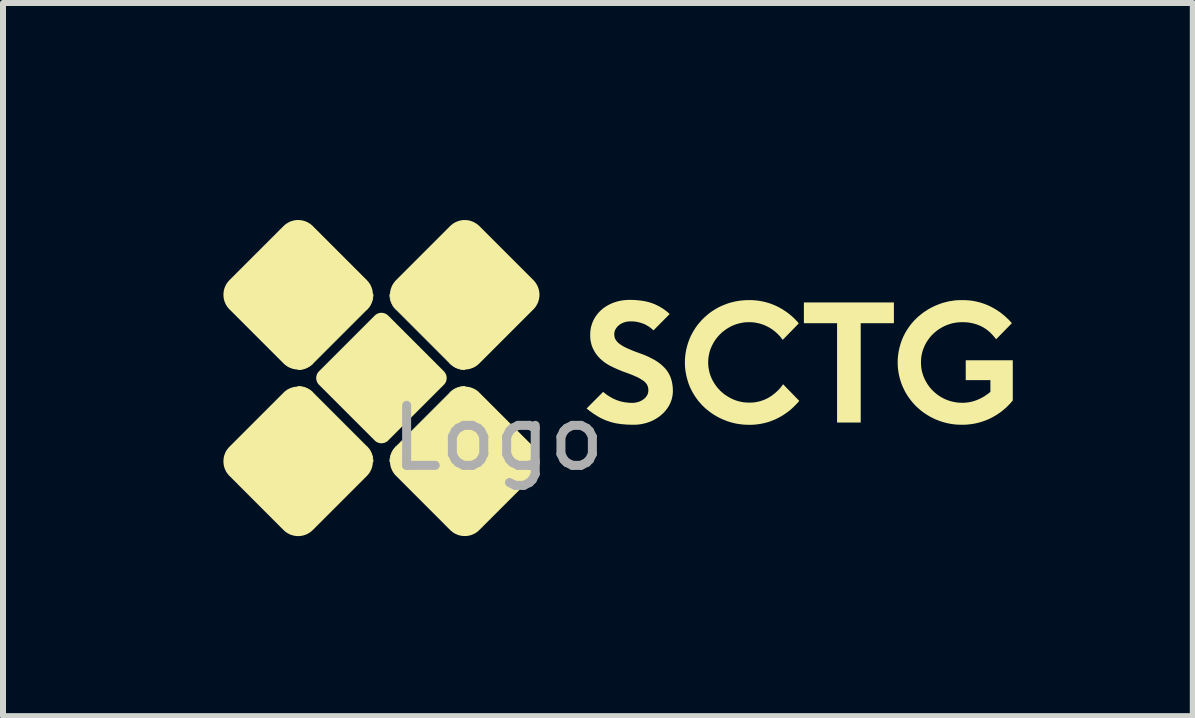
<source format=kicad_pcb>
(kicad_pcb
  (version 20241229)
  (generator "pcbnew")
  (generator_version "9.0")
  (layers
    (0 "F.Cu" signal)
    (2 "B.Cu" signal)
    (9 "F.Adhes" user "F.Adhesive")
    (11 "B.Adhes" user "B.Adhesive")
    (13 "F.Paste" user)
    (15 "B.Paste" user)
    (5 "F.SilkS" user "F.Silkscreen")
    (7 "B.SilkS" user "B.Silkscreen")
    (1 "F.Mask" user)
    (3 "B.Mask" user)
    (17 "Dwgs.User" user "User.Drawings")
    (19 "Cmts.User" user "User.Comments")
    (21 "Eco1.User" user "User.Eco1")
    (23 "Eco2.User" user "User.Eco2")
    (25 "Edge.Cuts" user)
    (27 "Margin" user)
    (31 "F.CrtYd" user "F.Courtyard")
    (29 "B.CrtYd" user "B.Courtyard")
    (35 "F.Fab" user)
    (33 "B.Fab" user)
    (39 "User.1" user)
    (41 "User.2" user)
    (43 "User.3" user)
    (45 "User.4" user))
  (footprint "Logo"
    (layer "F.Cu")
    (at 0.25 0.25)
    (property "Reference" "Logo" (at 5 4 0) (unlocked yes) (layer "F.Fab") (effects (font (size 1 1) (thickness 0.15))))
    (fp_line (start 1.669 1.955) (end 1.669 1.955) (stroke (width 0.013) (type solid)) (layer "F.SilkS"))
    (fp_line (start 1.669 1.955) (end 1.669 1.937) (stroke (width 0.013) (type solid)) (layer "F.SilkS"))
    (fp_line (start 1.669 2.857) (end 1.669 1.955) (stroke (width 0.013) (type solid)) (layer "F.SilkS"))
    (fp_line (start 1.669 2.857) (end 1.669 2.857) (stroke (width 0.013) (type solid)) (layer "F.SilkS"))
    (fp_line (start 1.669 3.142) (end 1.669 3.142) (stroke (width 0.013) (type solid)) (layer "F.SilkS"))
    (fp_line (start 1.669 3.142) (end 1.686 3.142) (stroke (width 0.013) (type solid)) (layer "F.SilkS"))
    (fp_line (start 1.669 4.044) (end 1.669 3.142) (stroke (width 0.013) (type solid)) (layer "F.SilkS"))
    (fp_line (start 1.669 4.044) (end 1.669 4.044) (stroke (width 0.013) (type solid)) (layer "F.SilkS"))
    (fp_line (start 1.669 4.062) (end 1.669 4.044) (stroke (width 0.013) (type solid)) (layer "F.SilkS"))
    (fp_line (start 1.669 1.937) (end 1.67 1.92) (stroke (width 0.013) (type solid)) (layer "F.SilkS"))
    (fp_line (start 1.67 4.079) (end 1.669 4.062) (stroke (width 0.013) (type solid)) (layer "F.SilkS"))
    (fp_line (start 1.67 1.92) (end 1.673 1.903) (stroke (width 0.013) (type solid)) (layer "F.SilkS"))
    (fp_line (start 1.672 4.096) (end 1.67 4.079) (stroke (width 0.013) (type solid)) (layer "F.SilkS"))
    (fp_line (start 1.673 1.903) (end 1.676 1.886) (stroke (width 0.013) (type solid)) (layer "F.SilkS"))
    (fp_line (start 1.675 4.113) (end 1.672 4.096) (stroke (width 0.013) (type solid)) (layer "F.SilkS"))
    (fp_line (start 1.676 1.886) (end 1.68 1.869) (stroke (width 0.013) (type solid)) (layer "F.SilkS"))
    (fp_line (start 1.679 4.13) (end 1.675 4.113) (stroke (width 0.013) (type solid)) (layer "F.SilkS"))
    (fp_line (start 1.68 1.869) (end 1.684 1.853) (stroke (width 0.013) (type solid)) (layer "F.SilkS"))
    (fp_line (start 1.684 4.146) (end 1.679 4.13) (stroke (width 0.013) (type solid)) (layer "F.SilkS"))
    (fp_line (start 1.684 1.853) (end 1.69 1.837) (stroke (width 0.013) (type solid)) (layer "F.SilkS"))
    (fp_line (start 1.686 2.857) (end 1.669 2.857) (stroke (width 0.013) (type solid)) (layer "F.SilkS"))
    (fp_line (start 1.686 3.142) (end 1.702 3.144) (stroke (width 0.013) (type solid)) (layer "F.SilkS"))
    (fp_line (start 1.689 4.162) (end 1.684 4.146) (stroke (width 0.013) (type solid)) (layer "F.SilkS"))
    (fp_line (start 1.69 1.837) (end 1.696 1.821) (stroke (width 0.013) (type solid)) (layer "F.SilkS"))
    (fp_line (start 1.695 4.178) (end 1.689 4.162) (stroke (width 0.013) (type solid)) (layer "F.SilkS"))
    (fp_line (start 1.696 1.821) (end 1.703 1.806) (stroke (width 0.013) (type solid)) (layer "F.SilkS"))
    (fp_line (start 1.702 4.193) (end 1.695 4.178) (stroke (width 0.013) (type solid)) (layer "F.SilkS"))
    (fp_line (start 1.702 2.856) (end 1.686 2.857) (stroke (width 0.013) (type solid)) (layer "F.SilkS"))
    (fp_line (start 1.702 3.144) (end 1.719 3.146) (stroke (width 0.013) (type solid)) (layer "F.SilkS"))
    (fp_line (start 1.703 1.806) (end 1.71 1.792) (stroke (width 0.013) (type solid)) (layer "F.SilkS"))
    (fp_line (start 1.71 4.208) (end 1.702 4.193) (stroke (width 0.013) (type solid)) (layer "F.SilkS"))
    (fp_line (start 1.71 1.792) (end 1.718 1.777) (stroke (width 0.013) (type solid)) (layer "F.SilkS"))
    (fp_line (start 1.718 4.222) (end 1.71 4.208) (stroke (width 0.013) (type solid)) (layer "F.SilkS"))
    (fp_line (start 1.718 1.777) (end 1.727 1.763) (stroke (width 0.013) (type solid)) (layer "F.SilkS"))
    (fp_line (start 1.719 3.146) (end 1.736 3.149) (stroke (width 0.013) (type solid)) (layer "F.SilkS"))
    (fp_line (start 1.719 2.854) (end 1.702 2.856) (stroke (width 0.013) (type solid)) (layer "F.SilkS"))
    (fp_line (start 1.727 4.236) (end 1.718 4.222) (stroke (width 0.013) (type solid)) (layer "F.SilkS"))
    (fp_line (start 1.727 1.763) (end 1.737 1.75) (stroke (width 0.013) (type solid)) (layer "F.SilkS"))
    (fp_line (start 1.736 2.851) (end 1.719 2.854) (stroke (width 0.013) (type solid)) (layer "F.SilkS"))
    (fp_line (start 1.736 3.149) (end 1.752 3.152) (stroke (width 0.013) (type solid)) (layer "F.SilkS"))
    (fp_line (start 1.737 4.25) (end 1.727 4.236) (stroke (width 0.013) (type solid)) (layer "F.SilkS"))
    (fp_line (start 1.737 1.75) (end 1.747 1.737) (stroke (width 0.013) (type solid)) (layer "F.SilkS"))
    (fp_line (start 1.747 4.263) (end 1.737 4.25) (stroke (width 0.013) (type solid)) (layer "F.SilkS"))
    (fp_line (start 1.747 1.737) (end 1.758 1.725) (stroke (width 0.013) (type solid)) (layer "F.SilkS"))
    (fp_line (start 1.752 2.847) (end 1.736 2.851) (stroke (width 0.013) (type solid)) (layer "F.SilkS"))
    (fp_line (start 1.752 3.152) (end 1.768 3.157) (stroke (width 0.013) (type solid)) (layer "F.SilkS"))
    (fp_line (start 1.758 4.275) (end 1.747 4.263) (stroke (width 0.013) (type solid)) (layer "F.SilkS"))
    (fp_line (start 1.758 1.725) (end 1.769 1.713) (stroke (width 0.013) (type solid)) (layer "F.SilkS"))
    (fp_line (start 1.768 2.843) (end 1.752 2.847) (stroke (width 0.013) (type solid)) (layer "F.SilkS"))
    (fp_line (start 1.768 3.157) (end 1.784 3.162) (stroke (width 0.013) (type solid)) (layer "F.SilkS"))
    (fp_line (start 1.769 4.287) (end 1.758 4.275) (stroke (width 0.013) (type solid)) (layer "F.SilkS"))
    (fp_line (start 1.769 1.713) (end 1.781 1.701) (stroke (width 0.013) (type solid)) (layer "F.SilkS"))
    (fp_line (start 1.781 4.298) (end 1.769 4.287) (stroke (width 0.013) (type solid)) (layer "F.SilkS"))
    (fp_line (start 1.781 1.701) (end 1.794 1.69) (stroke (width 0.013) (type solid)) (layer "F.SilkS"))
    (fp_line (start 1.784 2.837) (end 1.768 2.843) (stroke (width 0.013) (type solid)) (layer "F.SilkS"))
    (fp_line (start 1.784 3.162) (end 1.8 3.168) (stroke (width 0.013) (type solid)) (layer "F.SilkS"))
    (fp_line (start 1.793 4.309) (end 1.781 4.298) (stroke (width 0.013) (type solid)) (layer "F.SilkS"))
    (fp_line (start 1.794 1.69) (end 1.807 1.68) (stroke (width 0.013) (type solid)) (layer "F.SilkS"))
    (fp_line (start 1.8 2.831) (end 1.784 2.837) (stroke (width 0.013) (type solid)) (layer "F.SilkS"))
    (fp_line (start 1.8 3.168) (end 1.815 3.175) (stroke (width 0.013) (type solid)) (layer "F.SilkS"))
    (fp_line (start 1.806 4.319) (end 1.793 4.309) (stroke (width 0.013) (type solid)) (layer "F.SilkS"))
    (fp_line (start 1.807 1.68) (end 1.82 1.671) (stroke (width 0.013) (type solid)) (layer "F.SilkS"))
    (fp_line (start 1.815 2.825) (end 1.8 2.831) (stroke (width 0.013) (type solid)) (layer "F.SilkS"))
    (fp_line (start 1.815 3.175) (end 1.83 3.182) (stroke (width 0.013) (type solid)) (layer "F.SilkS"))
    (fp_line (start 1.82 4.329) (end 1.806 4.319) (stroke (width 0.013) (type solid)) (layer "F.SilkS"))
    (fp_line (start 1.82 1.671) (end 1.834 1.662) (stroke (width 0.013) (type solid)) (layer "F.SilkS"))
    (fp_line (start 1.83 2.817) (end 1.815 2.825) (stroke (width 0.013) (type solid)) (layer "F.SilkS"))
    (fp_line (start 1.83 3.182) (end 1.845 3.19) (stroke (width 0.013) (type solid)) (layer "F.SilkS"))
    (fp_line (start 1.834 4.338) (end 1.82 4.329) (stroke (width 0.013) (type solid)) (layer "F.SilkS"))
    (fp_line (start 1.834 1.662) (end 1.848 1.654) (stroke (width 0.013) (type solid)) (layer "F.SilkS"))
    (fp_line (start 1.845 2.809) (end 1.83 2.817) (stroke (width 0.013) (type solid)) (layer "F.SilkS"))
    (fp_line (start 1.845 3.19) (end 1.859 3.199) (stroke (width 0.013) (type solid)) (layer "F.SilkS"))
    (fp_line (start 1.848 4.346) (end 1.834 4.338) (stroke (width 0.013) (type solid)) (layer "F.SilkS"))
    (fp_line (start 1.848 1.654) (end 1.863 1.646) (stroke (width 0.013) (type solid)) (layer "F.SilkS"))
    (fp_line (start 1.859 2.8) (end 1.845 2.809) (stroke (width 0.013) (type solid)) (layer "F.SilkS"))
    (fp_line (start 1.859 3.199) (end 1.873 3.209) (stroke (width 0.013) (type solid)) (layer "F.SilkS"))
    (fp_line (start 1.863 4.354) (end 1.848 4.346) (stroke (width 0.013) (type solid)) (layer "F.SilkS"))
    (fp_line (start 1.863 1.646) (end 1.878 1.639) (stroke (width 0.013) (type solid)) (layer "F.SilkS"))
    (fp_line (start 1.873 2.79) (end 1.859 2.8) (stroke (width 0.013) (type solid)) (layer "F.SilkS"))
    (fp_line (start 1.873 3.209) (end 1.886 3.219) (stroke (width 0.013) (type solid)) (layer "F.SilkS"))
    (fp_line (start 1.878 4.361) (end 1.863 4.354) (stroke (width 0.013) (type solid)) (layer "F.SilkS"))
    (fp_line (start 1.878 1.639) (end 1.894 1.633) (stroke (width 0.013) (type solid)) (layer "F.SilkS"))
    (fp_line (start 1.886 2.78) (end 1.873 2.79) (stroke (width 0.013) (type solid)) (layer "F.SilkS"))
    (fp_line (start 1.886 3.219) (end 1.899 3.23) (stroke (width 0.013) (type solid)) (layer "F.SilkS"))
    (fp_line (start 1.893 4.367) (end 1.878 4.361) (stroke (width 0.013) (type solid)) (layer "F.SilkS"))
    (fp_line (start 1.894 1.633) (end 1.91 1.628) (stroke (width 0.013) (type solid)) (layer "F.SilkS"))
    (fp_line (start 1.899 2.769) (end 1.886 2.78) (stroke (width 0.013) (type solid)) (layer "F.SilkS"))
    (fp_line (start 1.899 3.23) (end 1.911 3.242) (stroke (width 0.013) (type solid)) (layer "F.SilkS"))
    (fp_line (start 1.909 4.372) (end 1.893 4.367) (stroke (width 0.013) (type solid)) (layer "F.SilkS"))
    (fp_line (start 1.91 1.628) (end 1.926 1.623) (stroke (width 0.013) (type solid)) (layer "F.SilkS"))
    (fp_line (start 1.911 2.757) (end 1.899 2.769) (stroke (width 0.013) (type solid)) (layer "F.SilkS"))
    (fp_line (start 1.911 2.757) (end 1.911 2.757) (stroke (width 0.013) (type solid)) (layer "F.SilkS"))
    (fp_line (start 1.911 3.242) (end 1.911 3.242) (stroke (width 0.013) (type solid)) (layer "F.SilkS"))
    (fp_line (start 1.911 3.242) (end 2.814 4.145) (stroke (width 0.013) (type solid)) (layer "F.SilkS"))
    (fp_line (start 1.926 4.377) (end 1.909 4.372) (stroke (width 0.013) (type solid)) (layer "F.SilkS"))
    (fp_line (start 1.926 1.623) (end 1.942 1.619) (stroke (width 0.013) (type solid)) (layer "F.SilkS"))
    (fp_line (start 1.942 4.381) (end 1.926 4.377) (stroke (width 0.013) (type solid)) (layer "F.SilkS"))
    (fp_line (start 1.942 1.619) (end 1.959 1.616) (stroke (width 0.013) (type solid)) (layer "F.SilkS"))
    (fp_line (start 1.959 4.384) (end 1.942 4.381) (stroke (width 0.013) (type solid)) (layer "F.SilkS"))
    (fp_line (start 1.959 1.616) (end 1.976 1.614) (stroke (width 0.013) (type solid)) (layer "F.SilkS"))
    (fp_line (start 1.976 4.386) (end 1.959 4.384) (stroke (width 0.013) (type solid)) (layer "F.SilkS"))
    (fp_line (start 1.976 1.614) (end 1.994 1.612) (stroke (width 0.013) (type solid)) (layer "F.SilkS"))
    (fp_line (start 1.994 4.388) (end 1.976 4.386) (stroke (width 0.013) (type solid)) (layer "F.SilkS"))
    (fp_line (start 1.994 1.612) (end 2.011 1.612) (stroke (width 0.013) (type solid)) (layer "F.SilkS"))
    (fp_line (start 2.011 1.612) (end 2.011 1.612) (stroke (width 0.013) (type solid)) (layer "F.SilkS"))
    (fp_line (start 2.011 1.612) (end 2.011 1.612) (stroke (width 0.013) (type solid)) (layer "F.SilkS"))
    (fp_line (start 2.011 1.612) (end 2.914 1.612) (stroke (width 0.013) (type solid)) (layer "F.SilkS"))
    (fp_line (start 2.011 4.388) (end 1.994 4.388) (stroke (width 0.013) (type solid)) (layer "F.SilkS"))
    (fp_line (start 2.011 4.388) (end 2.011 4.388) (stroke (width 0.013) (type solid)) (layer "F.SilkS"))
    (fp_line (start 2.814 1.854) (end 1.911 2.757) (stroke (width 0.013) (type solid)) (layer "F.SilkS"))
    (fp_line (start 2.814 1.854) (end 2.814 1.854) (stroke (width 0.013) (type solid)) (layer "F.SilkS"))
    (fp_line (start 2.814 4.145) (end 2.826 4.157) (stroke (width 0.013) (type solid)) (layer "F.SilkS"))
    (fp_line (start 2.826 1.842) (end 2.814 1.854) (stroke (width 0.013) (type solid)) (layer "F.SilkS"))
    (fp_line (start 2.826 4.157) (end 2.837 4.17) (stroke (width 0.013) (type solid)) (layer "F.SilkS"))
    (fp_line (start 2.837 1.829) (end 2.826 1.842) (stroke (width 0.013) (type solid)) (layer "F.SilkS"))
    (fp_line (start 2.837 4.17) (end 2.847 4.184) (stroke (width 0.013) (type solid)) (layer "F.SilkS"))
    (fp_line (start 2.847 1.816) (end 2.837 1.829) (stroke (width 0.013) (type solid)) (layer "F.SilkS"))
    (fp_line (start 2.847 4.184) (end 2.857 4.197) (stroke (width 0.013) (type solid)) (layer "F.SilkS"))
    (fp_line (start 2.857 1.802) (end 2.847 1.816) (stroke (width 0.013) (type solid)) (layer "F.SilkS"))
    (fp_line (start 2.857 4.197) (end 2.866 4.212) (stroke (width 0.013) (type solid)) (layer "F.SilkS"))
    (fp_line (start 2.866 1.788) (end 2.857 1.802) (stroke (width 0.013) (type solid)) (layer "F.SilkS"))
    (fp_line (start 2.866 4.212) (end 2.874 4.226) (stroke (width 0.013) (type solid)) (layer "F.SilkS"))
    (fp_line (start 2.874 1.773) (end 2.866 1.788) (stroke (width 0.013) (type solid)) (layer "F.SilkS"))
    (fp_line (start 2.874 4.226) (end 2.881 4.241) (stroke (width 0.013) (type solid)) (layer "F.SilkS"))
    (fp_line (start 2.881 1.758) (end 2.874 1.773) (stroke (width 0.013) (type solid)) (layer "F.SilkS"))
    (fp_line (start 2.881 4.241) (end 2.888 4.257) (stroke (width 0.013) (type solid)) (layer "F.SilkS"))
    (fp_line (start 2.888 1.743) (end 2.881 1.758) (stroke (width 0.013) (type solid)) (layer "F.SilkS"))
    (fp_line (start 2.888 4.257) (end 2.894 4.272) (stroke (width 0.013) (type solid)) (layer "F.SilkS"))
    (fp_line (start 2.894 1.727) (end 2.888 1.743) (stroke (width 0.013) (type solid)) (layer "F.SilkS"))
    (fp_line (start 2.894 4.272) (end 2.899 4.288) (stroke (width 0.013) (type solid)) (layer "F.SilkS"))
    (fp_line (start 2.899 1.712) (end 2.894 1.727) (stroke (width 0.013) (type solid)) (layer "F.SilkS"))
    (fp_line (start 2.899 4.288) (end 2.904 4.304) (stroke (width 0.013) (type solid)) (layer "F.SilkS"))
    (fp_line (start 2.904 1.695) (end 2.899 1.712) (stroke (width 0.013) (type solid)) (layer "F.SilkS"))
    (fp_line (start 2.904 4.304) (end 2.908 4.321) (stroke (width 0.013) (type solid)) (layer "F.SilkS"))
    (fp_line (start 2.907 1.679) (end 2.904 1.695) (stroke (width 0.013) (type solid)) (layer "F.SilkS"))
    (fp_line (start 2.908 4.321) (end 2.91 4.337) (stroke (width 0.013) (type solid)) (layer "F.SilkS"))
    (fp_line (start 2.91 1.662) (end 2.907 1.679) (stroke (width 0.013) (type solid)) (layer "F.SilkS"))
    (fp_line (start 2.91 4.337) (end 2.912 4.354) (stroke (width 0.013) (type solid)) (layer "F.SilkS"))
    (fp_line (start 2.912 1.646) (end 2.91 1.662) (stroke (width 0.013) (type solid)) (layer "F.SilkS"))
    (fp_line (start 2.912 4.354) (end 2.914 4.371) (stroke (width 0.013) (type solid)) (layer "F.SilkS"))
    (fp_line (start 2.914 1.629) (end 2.912 1.646) (stroke (width 0.013) (type solid)) (layer "F.SilkS"))
    (fp_line (start 2.914 4.371) (end 2.914 4.388) (stroke (width 0.013) (type solid)) (layer "F.SilkS"))
    (fp_line (start 2.914 1.612) (end 2.914 1.629) (stroke (width 0.013) (type solid)) (layer "F.SilkS"))
    (fp_line (start 2.914 1.612) (end 2.914 1.612) (stroke (width 0.013) (type solid)) (layer "F.SilkS"))
    (fp_line (start 2.914 4.388) (end 2.011 4.388) (stroke (width 0.013) (type solid)) (layer "F.SilkS"))
    (fp_line (start 2.914 4.388) (end 2.914 4.388) (stroke (width 0.013) (type solid)) (layer "F.SilkS"))
    (fp_line (start 3.199 1.612) (end 3.199 1.612) (stroke (width 0.013) (type solid)) (layer "F.SilkS"))
    (fp_line (start 3.199 1.612) (end 4.101 1.612) (stroke (width 0.013) (type solid)) (layer "F.SilkS"))
    (fp_line (start 3.199 4.388) (end 3.199 4.388) (stroke (width 0.013) (type solid)) (layer "F.SilkS"))
    (fp_line (start 3.199 4.388) (end 3.199 4.371) (stroke (width 0.013) (type solid)) (layer "F.SilkS"))
    (fp_line (start 3.199 1.629) (end 3.199 1.612) (stroke (width 0.013) (type solid)) (layer "F.SilkS"))
    (fp_line (start 3.199 4.371) (end 3.2 4.354) (stroke (width 0.013) (type solid)) (layer "F.SilkS"))
    (fp_line (start 3.2 1.646) (end 3.199 1.629) (stroke (width 0.013) (type solid)) (layer "F.SilkS"))
    (fp_line (start 3.2 4.354) (end 3.202 4.338) (stroke (width 0.013) (type solid)) (layer "F.SilkS"))
    (fp_line (start 3.202 1.663) (end 3.2 1.646) (stroke (width 0.013) (type solid)) (layer "F.SilkS"))
    (fp_line (start 3.202 4.338) (end 3.205 4.321) (stroke (width 0.013) (type solid)) (layer "F.SilkS"))
    (fp_line (start 3.205 1.679) (end 3.202 1.663) (stroke (width 0.013) (type solid)) (layer "F.SilkS"))
    (fp_line (start 3.205 4.321) (end 3.209 4.305) (stroke (width 0.013) (type solid)) (layer "F.SilkS"))
    (fp_line (start 3.209 1.695) (end 3.205 1.679) (stroke (width 0.013) (type solid)) (layer "F.SilkS"))
    (fp_line (start 3.209 4.305) (end 3.213 4.288) (stroke (width 0.013) (type solid)) (layer "F.SilkS"))
    (fp_line (start 3.213 1.712) (end 3.209 1.695) (stroke (width 0.013) (type solid)) (layer "F.SilkS"))
    (fp_line (start 3.213 4.288) (end 3.219 4.273) (stroke (width 0.013) (type solid)) (layer "F.SilkS"))
    (fp_line (start 3.219 1.727) (end 3.213 1.712) (stroke (width 0.013) (type solid)) (layer "F.SilkS"))
    (fp_line (start 3.219 4.273) (end 3.225 4.257) (stroke (width 0.013) (type solid)) (layer "F.SilkS"))
    (fp_line (start 3.225 1.743) (end 3.219 1.727) (stroke (width 0.013) (type solid)) (layer "F.SilkS"))
    (fp_line (start 3.225 4.257) (end 3.231 4.242) (stroke (width 0.013) (type solid)) (layer "F.SilkS"))
    (fp_line (start 3.231 1.758) (end 3.225 1.743) (stroke (width 0.013) (type solid)) (layer "F.SilkS"))
    (fp_line (start 3.231 4.242) (end 3.239 4.227) (stroke (width 0.013) (type solid)) (layer "F.SilkS"))
    (fp_line (start 3.239 1.773) (end 3.231 1.758) (stroke (width 0.013) (type solid)) (layer "F.SilkS"))
    (fp_line (start 3.239 4.227) (end 3.247 4.212) (stroke (width 0.013) (type solid)) (layer "F.SilkS"))
    (fp_line (start 3.247 1.788) (end 3.239 1.773) (stroke (width 0.013) (type solid)) (layer "F.SilkS"))
    (fp_line (start 3.247 4.212) (end 3.256 4.198) (stroke (width 0.013) (type solid)) (layer "F.SilkS"))
    (fp_line (start 3.256 1.802) (end 3.247 1.788) (stroke (width 0.013) (type solid)) (layer "F.SilkS"))
    (fp_line (start 3.256 4.198) (end 3.266 4.184) (stroke (width 0.013) (type solid)) (layer "F.SilkS"))
    (fp_line (start 3.266 1.816) (end 3.256 1.802) (stroke (width 0.013) (type solid)) (layer "F.SilkS"))
    (fp_line (start 3.266 4.184) (end 3.276 4.171) (stroke (width 0.013) (type solid)) (layer "F.SilkS"))
    (fp_line (start 3.276 1.829) (end 3.266 1.816) (stroke (width 0.013) (type solid)) (layer "F.SilkS"))
    (fp_line (start 3.276 4.171) (end 3.287 4.158) (stroke (width 0.013) (type solid)) (layer "F.SilkS"))
    (fp_line (start 3.287 1.842) (end 3.276 1.829) (stroke (width 0.013) (type solid)) (layer "F.SilkS"))
    (fp_line (start 3.287 4.158) (end 3.299 4.146) (stroke (width 0.013) (type solid)) (layer "F.SilkS"))
    (fp_line (start 3.299 1.854) (end 3.287 1.842) (stroke (width 0.013) (type solid)) (layer "F.SilkS"))
    (fp_line (start 3.299 4.146) (end 3.299 4.146) (stroke (width 0.013) (type solid)) (layer "F.SilkS"))
    (fp_line (start 3.299 4.146) (end 4.202 3.242) (stroke (width 0.013) (type solid)) (layer "F.SilkS"))
    (fp_line (start 4.101 1.612) (end 4.101 1.612) (stroke (width 0.013) (type solid)) (layer "F.SilkS"))
    (fp_line (start 4.101 1.612) (end 4.118 1.612) (stroke (width 0.013) (type solid)) (layer "F.SilkS"))
    (fp_line (start 4.101 4.388) (end 3.199 4.388) (stroke (width 0.013) (type solid)) (layer "F.SilkS"))
    (fp_line (start 4.101 4.388) (end 4.101 4.388) (stroke (width 0.013) (type solid)) (layer "F.SilkS"))
    (fp_line (start 4.118 4.388) (end 4.101 4.388) (stroke (width 0.013) (type solid)) (layer "F.SilkS"))
    (fp_line (start 4.118 1.612) (end 4.136 1.614) (stroke (width 0.013) (type solid)) (layer "F.SilkS"))
    (fp_line (start 4.135 4.386) (end 4.118 4.388) (stroke (width 0.013) (type solid)) (layer "F.SilkS"))
    (fp_line (start 4.136 1.614) (end 4.153 1.616) (stroke (width 0.013) (type solid)) (layer "F.SilkS"))
    (fp_line (start 4.152 4.384) (end 4.135 4.386) (stroke (width 0.013) (type solid)) (layer "F.SilkS"))
    (fp_line (start 4.153 1.616) (end 4.17 1.619) (stroke (width 0.013) (type solid)) (layer "F.SilkS"))
    (fp_line (start 4.168 4.381) (end 4.152 4.384) (stroke (width 0.013) (type solid)) (layer "F.SilkS"))
    (fp_line (start 4.17 1.619) (end 4.187 1.623) (stroke (width 0.013) (type solid)) (layer "F.SilkS"))
    (fp_line (start 4.185 4.378) (end 4.168 4.381) (stroke (width 0.013) (type solid)) (layer "F.SilkS"))
    (fp_line (start 4.187 1.623) (end 4.203 1.627) (stroke (width 0.013) (type solid)) (layer "F.SilkS"))
    (fp_line (start 4.201 4.373) (end 4.185 4.378) (stroke (width 0.013) (type solid)) (layer "F.SilkS"))
    (fp_line (start 4.202 3.242) (end 4.214 3.23) (stroke (width 0.013) (type solid)) (layer "F.SilkS"))
    (fp_line (start 4.202 2.757) (end 3.299 1.854) (stroke (width 0.013) (type solid)) (layer "F.SilkS"))
    (fp_line (start 4.202 2.757) (end 4.202 2.757) (stroke (width 0.013) (type solid)) (layer "F.SilkS"))
    (fp_line (start 4.203 1.627) (end 4.219 1.633) (stroke (width 0.013) (type solid)) (layer "F.SilkS"))
    (fp_line (start 4.214 3.23) (end 4.227 3.219) (stroke (width 0.013) (type solid)) (layer "F.SilkS"))
    (fp_line (start 4.215 2.769) (end 4.202 2.757) (stroke (width 0.013) (type solid)) (layer "F.SilkS"))
    (fp_line (start 4.217 4.368) (end 4.201 4.373) (stroke (width 0.013) (type solid)) (layer "F.SilkS"))
    (fp_line (start 4.219 1.633) (end 4.234 1.639) (stroke (width 0.013) (type solid)) (layer "F.SilkS"))
    (fp_line (start 4.227 3.219) (end 4.24 3.209) (stroke (width 0.013) (type solid)) (layer "F.SilkS"))
    (fp_line (start 4.228 2.78) (end 4.215 2.769) (stroke (width 0.013) (type solid)) (layer "F.SilkS"))
    (fp_line (start 4.232 4.362) (end 4.217 4.368) (stroke (width 0.013) (type solid)) (layer "F.SilkS"))
    (fp_line (start 4.234 1.639) (end 4.25 1.646) (stroke (width 0.013) (type solid)) (layer "F.SilkS"))
    (fp_line (start 4.24 3.209) (end 4.254 3.199) (stroke (width 0.013) (type solid)) (layer "F.SilkS"))
    (fp_line (start 4.241 2.79) (end 4.228 2.78) (stroke (width 0.013) (type solid)) (layer "F.SilkS"))
    (fp_line (start 4.248 4.355) (end 4.232 4.362) (stroke (width 0.013) (type solid)) (layer "F.SilkS"))
    (fp_line (start 4.25 1.646) (end 4.264 1.653) (stroke (width 0.013) (type solid)) (layer "F.SilkS"))
    (fp_line (start 4.254 3.199) (end 4.268 3.19) (stroke (width 0.013) (type solid)) (layer "F.SilkS"))
    (fp_line (start 4.255 2.8) (end 4.241 2.79) (stroke (width 0.013) (type solid)) (layer "F.SilkS"))
    (fp_line (start 4.263 4.348) (end 4.248 4.355) (stroke (width 0.013) (type solid)) (layer "F.SilkS"))
    (fp_line (start 4.264 1.653) (end 4.279 1.661) (stroke (width 0.013) (type solid)) (layer "F.SilkS"))
    (fp_line (start 4.268 3.19) (end 4.283 3.182) (stroke (width 0.013) (type solid)) (layer "F.SilkS"))
    (fp_line (start 4.269 2.809) (end 4.255 2.8) (stroke (width 0.013) (type solid)) (layer "F.SilkS"))
    (fp_line (start 4.277 4.339) (end 4.263 4.348) (stroke (width 0.013) (type solid)) (layer "F.SilkS"))
    (fp_line (start 4.279 1.661) (end 4.293 1.67) (stroke (width 0.013) (type solid)) (layer "F.SilkS"))
    (fp_line (start 4.283 3.182) (end 4.298 3.175) (stroke (width 0.013) (type solid)) (layer "F.SilkS"))
    (fp_line (start 4.283 2.817) (end 4.269 2.809) (stroke (width 0.013) (type solid)) (layer "F.SilkS"))
    (fp_line (start 4.292 4.33) (end 4.277 4.339) (stroke (width 0.013) (type solid)) (layer "F.SilkS"))
    (fp_line (start 4.293 1.67) (end 4.306 1.68) (stroke (width 0.013) (type solid)) (layer "F.SilkS"))
    (fp_line (start 4.298 3.175) (end 4.313 3.168) (stroke (width 0.013) (type solid)) (layer "F.SilkS"))
    (fp_line (start 4.298 2.825) (end 4.283 2.817) (stroke (width 0.013) (type solid)) (layer "F.SilkS"))
    (fp_line (start 4.305 4.321) (end 4.292 4.33) (stroke (width 0.013) (type solid)) (layer "F.SilkS"))
    (fp_line (start 4.306 1.68) (end 4.319 1.69) (stroke (width 0.013) (type solid)) (layer "F.SilkS"))
    (fp_line (start 4.313 3.168) (end 4.329 3.162) (stroke (width 0.013) (type solid)) (layer "F.SilkS"))
    (fp_line (start 4.314 2.831) (end 4.298 2.825) (stroke (width 0.013) (type solid)) (layer "F.SilkS"))
    (fp_line (start 4.319 4.31) (end 4.305 4.321) (stroke (width 0.013) (type solid)) (layer "F.SilkS"))
    (fp_line (start 4.319 1.69) (end 4.332 1.701) (stroke (width 0.013) (type solid)) (layer "F.SilkS"))
    (fp_line (start 4.329 3.162) (end 4.345 3.157) (stroke (width 0.013) (type solid)) (layer "F.SilkS"))
    (fp_line (start 4.329 2.837) (end 4.314 2.831) (stroke (width 0.013) (type solid)) (layer "F.SilkS"))
    (fp_line (start 4.332 4.299) (end 4.319 4.31) (stroke (width 0.013) (type solid)) (layer "F.SilkS"))
    (fp_line (start 4.332 1.701) (end 4.344 1.712) (stroke (width 0.013) (type solid)) (layer "F.SilkS"))
    (fp_line (start 4.344 1.712) (end 4.355 1.724) (stroke (width 0.013) (type solid)) (layer "F.SilkS"))
    (fp_line (start 4.344 4.287) (end 4.332 4.299) (stroke (width 0.013) (type solid)) (layer "F.SilkS"))
    (fp_line (start 4.344 4.287) (end 4.344 4.287) (stroke (width 0.013) (type solid)) (layer "F.SilkS"))
    (fp_line (start 4.345 3.157) (end 4.361 3.152) (stroke (width 0.013) (type solid)) (layer "F.SilkS"))
    (fp_line (start 4.345 2.843) (end 4.329 2.837) (stroke (width 0.013) (type solid)) (layer "F.SilkS"))
    (fp_line (start 4.355 1.724) (end 4.366 1.737) (stroke (width 0.013) (type solid)) (layer "F.SilkS"))
    (fp_line (start 4.356 4.275) (end 4.344 4.287) (stroke (width 0.013) (type solid)) (layer "F.SilkS"))
    (fp_line (start 4.361 3.152) (end 4.377 3.148) (stroke (width 0.013) (type solid)) (layer "F.SilkS"))
    (fp_line (start 4.361 2.847) (end 4.345 2.843) (stroke (width 0.013) (type solid)) (layer "F.SilkS"))
    (fp_line (start 4.366 1.737) (end 4.376 1.75) (stroke (width 0.013) (type solid)) (layer "F.SilkS"))
    (fp_line (start 4.367 4.262) (end 4.356 4.275) (stroke (width 0.013) (type solid)) (layer "F.SilkS"))
    (fp_line (start 4.376 1.75) (end 4.386 1.763) (stroke (width 0.013) (type solid)) (layer "F.SilkS"))
    (fp_line (start 4.377 4.249) (end 4.367 4.262) (stroke (width 0.013) (type solid)) (layer "F.SilkS"))
    (fp_line (start 4.377 3.148) (end 4.394 3.146) (stroke (width 0.013) (type solid)) (layer "F.SilkS"))
    (fp_line (start 4.378 2.851) (end 4.361 2.847) (stroke (width 0.013) (type solid)) (layer "F.SilkS"))
    (fp_line (start 4.386 1.763) (end 4.395 1.777) (stroke (width 0.013) (type solid)) (layer "F.SilkS"))
    (fp_line (start 4.387 4.235) (end 4.377 4.249) (stroke (width 0.013) (type solid)) (layer "F.SilkS"))
    (fp_line (start 4.394 3.146) (end 4.411 3.144) (stroke (width 0.013) (type solid)) (layer "F.SilkS"))
    (fp_line (start 4.394 2.854) (end 4.378 2.851) (stroke (width 0.013) (type solid)) (layer "F.SilkS"))
    (fp_line (start 4.395 1.777) (end 4.403 1.791) (stroke (width 0.013) (type solid)) (layer "F.SilkS"))
    (fp_line (start 4.396 4.221) (end 4.387 4.235) (stroke (width 0.013) (type solid)) (layer "F.SilkS"))
    (fp_line (start 4.403 1.791) (end 4.411 1.806) (stroke (width 0.013) (type solid)) (layer "F.SilkS"))
    (fp_line (start 4.404 4.206) (end 4.396 4.221) (stroke (width 0.013) (type solid)) (layer "F.SilkS"))
    (fp_line (start 4.411 1.806) (end 4.417 1.821) (stroke (width 0.013) (type solid)) (layer "F.SilkS"))
    (fp_line (start 4.411 3.144) (end 4.428 3.142) (stroke (width 0.013) (type solid)) (layer "F.SilkS"))
    (fp_line (start 4.411 2.856) (end 4.394 2.854) (stroke (width 0.013) (type solid)) (layer "F.SilkS"))
    (fp_line (start 4.412 4.191) (end 4.404 4.206) (stroke (width 0.013) (type solid)) (layer "F.SilkS"))
    (fp_line (start 4.417 1.821) (end 4.424 1.837) (stroke (width 0.013) (type solid)) (layer "F.SilkS"))
    (fp_line (start 4.419 4.176) (end 4.412 4.191) (stroke (width 0.013) (type solid)) (layer "F.SilkS"))
    (fp_line (start 4.424 1.837) (end 4.429 1.853) (stroke (width 0.013) (type solid)) (layer "F.SilkS"))
    (fp_line (start 4.425 4.16) (end 4.419 4.176) (stroke (width 0.013) (type solid)) (layer "F.SilkS"))
    (fp_line (start 4.428 3.142) (end 4.445 3.142) (stroke (width 0.013) (type solid)) (layer "F.SilkS"))
    (fp_line (start 4.428 2.857) (end 4.411 2.856) (stroke (width 0.013) (type solid)) (layer "F.SilkS"))
    (fp_line (start 4.429 1.853) (end 4.434 1.869) (stroke (width 0.013) (type solid)) (layer "F.SilkS"))
    (fp_line (start 4.43 4.144) (end 4.425 4.16) (stroke (width 0.013) (type solid)) (layer "F.SilkS"))
    (fp_line (start 4.434 1.869) (end 4.438 1.886) (stroke (width 0.013) (type solid)) (layer "F.SilkS"))
    (fp_line (start 4.434 4.128) (end 4.43 4.144) (stroke (width 0.013) (type solid)) (layer "F.SilkS"))
    (fp_line (start 4.438 1.886) (end 4.441 1.903) (stroke (width 0.013) (type solid)) (layer "F.SilkS"))
    (fp_line (start 4.438 4.112) (end 4.434 4.128) (stroke (width 0.013) (type solid)) (layer "F.SilkS"))
    (fp_line (start 4.441 1.903) (end 4.443 1.92) (stroke (width 0.013) (type solid)) (layer "F.SilkS"))
    (fp_line (start 4.441 4.095) (end 4.438 4.112) (stroke (width 0.013) (type solid)) (layer "F.SilkS"))
    (fp_line (start 4.443 1.92) (end 4.444 1.937) (stroke (width 0.013) (type solid)) (layer "F.SilkS"))
    (fp_line (start 4.443 4.078) (end 4.441 4.095) (stroke (width 0.013) (type solid)) (layer "F.SilkS"))
    (fp_line (start 4.444 1.937) (end 4.445 1.955) (stroke (width 0.013) (type solid)) (layer "F.SilkS"))
    (fp_line (start 4.444 4.061) (end 4.443 4.078) (stroke (width 0.013) (type solid)) (layer "F.SilkS"))
    (fp_line (start 4.445 1.955) (end 4.445 1.955) (stroke (width 0.013) (type solid)) (layer "F.SilkS"))
    (fp_line (start 4.445 1.955) (end 4.445 2.857) (stroke (width 0.013) (type solid)) (layer "F.SilkS"))
    (fp_line (start 4.445 2.857) (end 4.428 2.857) (stroke (width 0.013) (type solid)) (layer "F.SilkS"))
    (fp_line (start 4.445 2.857) (end 4.445 2.857) (stroke (width 0.013) (type solid)) (layer "F.SilkS"))
    (fp_line (start 4.445 3.142) (end 4.445 3.142) (stroke (width 0.013) (type solid)) (layer "F.SilkS"))
    (fp_line (start 4.445 3.142) (end 4.445 4.044) (stroke (width 0.013) (type solid)) (layer "F.SilkS"))
    (fp_line (start 4.445 4.044) (end 4.444 4.061) (stroke (width 0.013) (type solid)) (layer "F.SilkS"))
    (fp_line (start 4.445 4.044) (end 4.445 4.044) (stroke (width 0.013) (type solid)) (layer "F.SilkS"))
    (fp_poly (pts (xy 11.596 2.086) (xy 11.043 2.086) (xy 11.043 3.741) (xy 10.649 3.741) (xy 10.649 2.086) (xy 10.096 2.086) (xy 10.096 1.74) (xy 11.596 1.74)) (stroke (width 0) (type solid)) (fill yes) (layer "F.SilkS"))
    (fp_poly (pts (xy 3.064 1.913) (xy 3.072 1.913) (xy 3.079 1.914) (xy 3.087 1.916) (xy 3.094 1.917) (xy 3.101 1.919) (xy 3.109 1.922) (xy 3.116 1.924) (xy 3.123 1.927) (xy 3.13 1.931) (xy 3.137 1.935) (xy 3.144 1.939) (xy 3.15 1.943) (xy 3.156 1.948) (xy 3.163 1.954) (xy 3.169 1.959) (xy 4.097 2.887) (xy 4.102 2.893) (xy 4.108 2.9) (xy 4.113 2.906) (xy 4.117 2.912) (xy 4.121 2.919) (xy 4.125 2.926) (xy 4.129 2.933) (xy 4.132 2.94) (xy 4.134 2.947) (xy 4.137 2.955) (xy 4.139 2.962) (xy 4.14 2.969) (xy 4.142 2.977) (xy 4.143 2.985) (xy 4.143 2.992) (xy 4.143 3) (xy 4.143 3.007) (xy 4.143 3.015) (xy 4.142 3.023) (xy 4.14 3.03) (xy 4.139 3.038) (xy 4.137 3.045) (xy 4.134 3.052) (xy 4.132 3.059) (xy 4.129 3.067) (xy 4.125 3.074) (xy 4.121 3.08) (xy 4.117 3.087) (xy 4.113 3.094) (xy 4.108 3.1) (xy 4.102 3.106) (xy 4.097 3.112) (xy 3.169 4.04) (xy 3.163 4.046) (xy 3.156 4.051) (xy 3.15 4.056) (xy 3.144 4.061) (xy 3.137 4.065) (xy 3.13 4.069) (xy 3.123 4.072) (xy 3.116 4.075) (xy 3.109 4.078) (xy 3.101 4.08) (xy 3.094 4.082) (xy 3.087 4.084) (xy 3.079 4.085) (xy 3.072 4.086) (xy 3.064 4.087) (xy 3.056 4.087) (xy 3.049 4.087) (xy 3.041 4.086) (xy 3.033 4.085) (xy 3.026 4.084) (xy 3.018 4.082) (xy 3.011 4.08) (xy 3.004 4.078) (xy 2.997 4.075) (xy 2.989 4.072) (xy 2.982 4.069) (xy 2.976 4.065) (xy 2.969 4.061) (xy 2.962 4.056) (xy 2.956 4.051) (xy 2.95 4.046) (xy 2.944 4.04) (xy 2.016 3.112) (xy 2.01 3.106) (xy 2.005 3.1) (xy 2 3.094) (xy 1.995 3.087) (xy 1.991 3.08) (xy 1.987 3.074) (xy 1.984 3.067) (xy 1.981 3.059) (xy 1.978 3.052) (xy 1.976 3.045) (xy 1.974 3.038) (xy 1.972 3.03) (xy 1.971 3.023) (xy 1.97 3.015) (xy 1.969 3.007) (xy 1.969 3) (xy 1.969 2.992) (xy 1.97 2.985) (xy 1.971 2.977) (xy 1.972 2.969) (xy 1.974 2.962) (xy 1.976 2.955) (xy 1.978 2.947) (xy 1.981 2.94) (xy 1.984 2.933) (xy 1.987 2.926) (xy 1.991 2.919) (xy 1.995 2.912) (xy 2 2.906) (xy 2.005 2.9) (xy 2.01 2.893) (xy 2.016 2.887) (xy 2.944 1.959) (xy 2.95 1.954) (xy 2.956 1.948) (xy 2.962 1.943) (xy 2.969 1.939) (xy 2.976 1.935) (xy 2.982 1.931) (xy 2.989 1.927) (xy 2.997 1.924) (xy 3.004 1.922) (xy 3.011 1.919) (xy 3.018 1.917) (xy 3.026 1.916) (xy 3.033 1.914) (xy 3.041 1.913) (xy 3.049 1.913) (xy 3.056 1.913)) (stroke (width 0) (type solid)) (fill yes) (layer "F.SilkS"))
    (fp_poly (pts (xy 4.462 3.142) (xy 4.479 3.144) (xy 4.495 3.146) (xy 4.512 3.149) (xy 4.528 3.152) (xy 4.545 3.157) (xy 4.56 3.162) (xy 4.576 3.168) (xy 4.591 3.175) (xy 4.606 3.182) (xy 4.621 3.19) (xy 4.635 3.199) (xy 4.649 3.209) (xy 4.662 3.219) (xy 4.675 3.23) (xy 4.687 3.242) (xy 5.59 4.145) (xy 5.602 4.158) (xy 5.614 4.171) (xy 5.624 4.185) (xy 5.634 4.199) (xy 5.643 4.213) (xy 5.651 4.228) (xy 5.659 4.243) (xy 5.665 4.259) (xy 5.671 4.274) (xy 5.676 4.29) (xy 5.68 4.306) (xy 5.684 4.322) (xy 5.687 4.338) (xy 5.689 4.355) (xy 5.69 4.371) (xy 5.69 4.388) (xy 5.69 4.404) (xy 5.689 4.42) (xy 5.687 4.437) (xy 5.684 4.453) (xy 5.68 4.469) (xy 5.676 4.485) (xy 5.671 4.501) (xy 5.665 4.516) (xy 5.659 4.532) (xy 5.651 4.547) (xy 5.643 4.562) (xy 5.634 4.576) (xy 5.624 4.59) (xy 5.614 4.604) (xy 5.602 4.617) (xy 5.59 4.63) (xy 4.687 5.533) (xy 4.674 5.545) (xy 4.661 5.556) (xy 4.648 5.567) (xy 4.633 5.577) (xy 4.619 5.586) (xy 4.604 5.594) (xy 4.589 5.601) (xy 4.574 5.608) (xy 4.558 5.614) (xy 4.542 5.619) (xy 4.526 5.623) (xy 4.51 5.627) (xy 4.494 5.629) (xy 4.478 5.631) (xy 4.461 5.632) (xy 4.445 5.633) (xy 4.428 5.632) (xy 4.412 5.631) (xy 4.396 5.629) (xy 4.379 5.627) (xy 4.363 5.623) (xy 4.347 5.619) (xy 4.332 5.614) (xy 4.316 5.608) (xy 4.301 5.601) (xy 4.285 5.594) (xy 4.271 5.586) (xy 4.256 5.577) (xy 4.242 5.567) (xy 4.229 5.556) (xy 4.215 5.545) (xy 4.202 5.533) (xy 3.3 4.63) (xy 3.288 4.618) (xy 3.277 4.605) (xy 3.266 4.592) (xy 3.257 4.578) (xy 3.248 4.564) (xy 3.239 4.549) (xy 3.232 4.534) (xy 3.225 4.519) (xy 3.219 4.504) (xy 3.214 4.488) (xy 3.209 4.472) (xy 3.205 4.455) (xy 3.203 4.439) (xy 3.2 4.422) (xy 3.199 4.405) (xy 3.199 4.388) (xy 3.199 4.371) (xy 3.2 4.354) (xy 3.202 4.337) (xy 3.205 4.321) (xy 3.209 4.304) (xy 3.213 4.288) (xy 3.218 4.272) (xy 3.224 4.257) (xy 3.231 4.241) (xy 3.239 4.226) (xy 3.247 4.212) (xy 3.256 4.197) (xy 3.266 4.184) (xy 3.276 4.17) (xy 3.287 4.157) (xy 3.299 4.145) (xy 3.299 4.145) (xy 3.299 4.145) (xy 3.299 4.145) (xy 3.299 4.145) (xy 3.299 4.145) (xy 4.202 3.242) (xy 4.214 3.23) (xy 4.227 3.219) (xy 4.24 3.209) (xy 4.254 3.199) (xy 4.268 3.19) (xy 4.283 3.182) (xy 4.298 3.175) (xy 4.313 3.168) (xy 4.329 3.162) (xy 4.345 3.157) (xy 4.361 3.152) (xy 4.377 3.148) (xy 4.394 3.146) (xy 4.411 3.144) (xy 4.428 3.142) (xy 4.445 3.142)) (stroke (width 0) (type solid)) (fill yes) (layer "F.SilkS"))
    (fp_poly (pts (xy 1.686 3.142) (xy 1.702 3.144) (xy 1.719 3.146) (xy 1.736 3.149) (xy 1.752 3.152) (xy 1.768 3.157) (xy 1.784 3.162) (xy 1.8 3.168) (xy 1.815 3.175) (xy 1.83 3.182) (xy 1.845 3.19) (xy 1.859 3.199) (xy 1.873 3.209) (xy 1.886 3.219) (xy 1.899 3.23) (xy 1.911 3.242) (xy 2.814 4.145) (xy 2.826 4.157) (xy 2.837 4.17) (xy 2.847 4.184) (xy 2.857 4.197) (xy 2.866 4.212) (xy 2.874 4.226) (xy 2.881 4.241) (xy 2.888 4.257) (xy 2.894 4.272) (xy 2.899 4.288) (xy 2.904 4.304) (xy 2.908 4.321) (xy 2.91 4.337) (xy 2.912 4.354) (xy 2.914 4.371) (xy 2.914 4.388) (xy 2.914 4.405) (xy 2.912 4.422) (xy 2.91 4.439) (xy 2.907 4.455) (xy 2.904 4.472) (xy 2.899 4.488) (xy 2.894 4.504) (xy 2.888 4.519) (xy 2.881 4.535) (xy 2.874 4.55) (xy 2.866 4.564) (xy 2.857 4.578) (xy 2.847 4.592) (xy 2.837 4.605) (xy 2.826 4.618) (xy 2.814 4.631) (xy 1.911 5.534) (xy 1.898 5.546) (xy 1.885 5.557) (xy 1.871 5.568) (xy 1.857 5.577) (xy 1.843 5.586) (xy 1.828 5.594) (xy 1.813 5.602) (xy 1.797 5.609) (xy 1.782 5.614) (xy 1.766 5.619) (xy 1.75 5.624) (xy 1.734 5.627) (xy 1.718 5.63) (xy 1.701 5.632) (xy 1.685 5.633) (xy 1.669 5.634) (xy 1.652 5.633) (xy 1.636 5.632) (xy 1.619 5.63) (xy 1.603 5.627) (xy 1.587 5.624) (xy 1.571 5.619) (xy 1.555 5.614) (xy 1.54 5.609) (xy 1.524 5.602) (xy 1.509 5.594) (xy 1.494 5.586) (xy 1.48 5.577) (xy 1.466 5.568) (xy 1.452 5.557) (xy 1.439 5.546) (xy 1.426 5.534) (xy 0.523 4.63) (xy 0.511 4.617) (xy 0.5 4.604) (xy 0.489 4.59) (xy 0.479 4.576) (xy 0.47 4.562) (xy 0.462 4.547) (xy 0.455 4.532) (xy 0.448 4.516) (xy 0.442 4.501) (xy 0.437 4.485) (xy 0.433 4.469) (xy 0.429 4.453) (xy 0.427 4.437) (xy 0.425 4.42) (xy 0.424 4.404) (xy 0.423 4.388) (xy 0.424 4.371) (xy 0.425 4.355) (xy 0.427 4.338) (xy 0.429 4.322) (xy 1.81 4.322) (xy 1.82 4.329) (xy 1.82 4.329) (xy 1.827 4.334) (xy 1.834 4.338) (xy 1.834 4.338) (xy 1.834 4.338) (xy 1.847 4.346) (xy 1.848 4.346) (xy 1.848 4.346) (xy 1.863 4.354) (xy 1.878 4.361) (xy 1.893 4.367) (xy 1.909 4.372) (xy 1.926 4.377) (xy 1.942 4.381) (xy 1.959 4.384) (xy 1.976 4.386) (xy 1.99 4.387) (xy 1.994 4.388) (xy 1.994 4.388) (xy 2.004 4.388) (xy 2.011 4.388) (xy 2.011 4.388) (xy 2.004 4.388) (xy 1.994 4.388) (xy 1.99 4.387) (xy 1.976 4.386) (xy 1.959 4.384) (xy 1.942 4.381) (xy 1.926 4.377) (xy 1.909 4.372) (xy 1.893 4.367) (xy 1.878 4.361) (xy 1.863 4.354) (xy 1.848 4.346) (xy 1.847 4.346) (xy 1.834 4.338) (xy 1.827 4.334) (xy 1.82 4.329) (xy 1.81 4.322) (xy 0.429 4.322) (xy 0.433 4.306) (xy 0.437 4.29) (xy 0.442 4.274) (xy 0.448 4.259) (xy 0.455 4.243) (xy 0.462 4.228) (xy 0.47 4.213) (xy 0.479 4.199) (xy 0.489 4.185) (xy 0.5 4.171) (xy 0.511 4.158) (xy 0.523 4.145) (xy 0.624 4.044) (xy 1.669 4.044) (xy 1.669 4.062) (xy 1.67 4.079) (xy 1.672 4.096) (xy 1.675 4.113) (xy 1.679 4.13) (xy 1.684 4.146) (xy 1.689 4.162) (xy 1.695 4.178) (xy 1.702 4.193) (xy 1.71 4.208) (xy 1.718 4.222) (xy 1.727 4.236) (xy 1.737 4.25) (xy 1.747 4.263) (xy 1.758 4.275) (xy 1.769 4.287) (xy 1.781 4.298) (xy 1.793 4.309) (xy 1.793 4.309) (xy 1.806 4.319) (xy 1.806 4.319) (xy 1.806 4.319) (xy 1.808 4.321) (xy 1.806 4.319) (xy 1.793 4.309) (xy 1.781 4.298) (xy 1.769 4.287) (xy 1.758 4.275) (xy 1.747 4.263) (xy 1.737 4.25) (xy 1.727 4.236) (xy 1.718 4.222) (xy 1.71 4.208) (xy 1.702 4.193) (xy 1.695 4.178) (xy 1.689 4.162) (xy 1.684 4.146) (xy 1.679 4.13) (xy 1.675 4.113) (xy 1.672 4.096) (xy 1.67 4.079) (xy 1.669 4.062) (xy 1.669 4.044) (xy 0.624 4.044) (xy 1.426 3.242) (xy 1.438 3.23) (xy 1.451 3.219) (xy 1.465 3.209) (xy 1.478 3.199) (xy 1.492 3.19) (xy 1.507 3.182) (xy 1.522 3.175) (xy 1.537 3.168) (xy 1.553 3.162) (xy 1.569 3.157) (xy 1.585 3.152) (xy 1.601 3.149) (xy 1.618 3.146) (xy 1.635 3.144) (xy 1.652 3.142) (xy 1.669 3.142)) (stroke (width 0) (type solid)) (fill yes) (layer "F.SilkS"))
    (fp_poly (pts (xy 4.428 2.857) (xy 4.411 2.856) (xy 4.394 2.854) (xy 4.378 2.851) (xy 4.361 2.847) (xy 4.345 2.843) (xy 4.329 2.837) (xy 4.314 2.831) (xy 4.298 2.825) (xy 4.283 2.817) (xy 4.269 2.809) (xy 4.255 2.8) (xy 4.241 2.79) (xy 4.228 2.78) (xy 4.215 2.769) (xy 4.202 2.757) (xy 3.3 1.854) (xy 3.288 1.842) (xy 3.277 1.829) (xy 3.266 1.816) (xy 3.257 1.802) (xy 3.248 1.788) (xy 3.24 1.773) (xy 3.232 1.758) (xy 3.225 1.743) (xy 3.219 1.727) (xy 3.214 1.712) (xy 3.21 1.695) (xy 3.206 1.679) (xy 3.203 1.663) (xy 3.201 1.646) (xy 3.2 1.629) (xy 3.199 1.612) (xy 4.101 1.612) (xy 4.11 1.612) (xy 4.118 1.612) (xy 4.129 1.613) (xy 4.136 1.614) (xy 4.148 1.615) (xy 4.153 1.616) (xy 4.167 1.618) (xy 4.17 1.619) (xy 4.186 1.622) (xy 4.187 1.623) (xy 4.203 1.627) (xy 4.219 1.633) (xy 4.234 1.639) (xy 4.25 1.646) (xy 4.264 1.653) (xy 4.279 1.661) (xy 4.293 1.67) (xy 4.306 1.68) (xy 4.319 1.69) (xy 4.332 1.701) (xy 4.344 1.712) (xy 4.355 1.724) (xy 4.366 1.737) (xy 4.376 1.75) (xy 4.386 1.763) (xy 4.395 1.777) (xy 4.403 1.791) (xy 4.411 1.806) (xy 4.417 1.821) (xy 4.424 1.837) (xy 4.429 1.853) (xy 4.434 1.869) (xy 4.438 1.886) (xy 4.441 1.903) (xy 4.443 1.92) (xy 4.444 1.937) (xy 4.445 1.954) (xy 4.444 1.937) (xy 4.443 1.92) (xy 4.441 1.903) (xy 4.438 1.886) (xy 4.434 1.869) (xy 4.429 1.853) (xy 4.424 1.837) (xy 4.417 1.821) (xy 4.411 1.806) (xy 4.403 1.791) (xy 4.395 1.777) (xy 4.386 1.763) (xy 4.376 1.75) (xy 4.366 1.737) (xy 4.355 1.724) (xy 4.344 1.712) (xy 4.332 1.701) (xy 4.319 1.69) (xy 4.306 1.68) (xy 4.293 1.67) (xy 4.279 1.661) (xy 4.264 1.653) (xy 4.25 1.646) (xy 4.234 1.639) (xy 4.219 1.633) (xy 4.203 1.627) (xy 4.187 1.623) (xy 4.187 1.623) (xy 4.186 1.622) (xy 4.17 1.619) (xy 4.17 1.619) (xy 4.17 1.619) (xy 4.167 1.618) (xy 4.153 1.616) (xy 4.153 1.616) (xy 4.153 1.616) (xy 4.148 1.615) (xy 4.136 1.614) (xy 4.136 1.614) (xy 4.136 1.614) (xy 4.129 1.613) (xy 4.118 1.612) (xy 4.118 1.612) (xy 4.118 1.612) (xy 4.11 1.612) (xy 4.101 1.612) (xy 4.101 1.612) (xy 3.199 1.612) (xy 3.199 1.612) (xy 3.199 1.595) (xy 3.2 1.578) (xy 3.202 1.561) (xy 3.205 1.545) (xy 3.209 1.528) (xy 3.213 1.512) (xy 3.219 1.496) (xy 3.225 1.481) (xy 3.231 1.465) (xy 3.239 1.45) (xy 3.247 1.436) (xy 3.256 1.422) (xy 3.266 1.408) (xy 3.276 1.395) (xy 3.287 1.382) (xy 3.299 1.369) (xy 4.202 0.466) (xy 4.215 0.454) (xy 4.228 0.443) (xy 4.242 0.433) (xy 4.256 0.423) (xy 4.27 0.414) (xy 4.285 0.406) (xy 4.3 0.398) (xy 4.315 0.392) (xy 4.331 0.386) (xy 4.347 0.381) (xy 4.363 0.376) (xy 4.379 0.373) (xy 4.395 0.37) (xy 4.411 0.368) (xy 4.428 0.367) (xy 4.444 0.367) (xy 4.461 0.367) (xy 4.477 0.368) (xy 4.493 0.37) (xy 4.51 0.373) (xy 4.526 0.376) (xy 4.542 0.381) (xy 4.558 0.386) (xy 4.573 0.392) (xy 4.588 0.398) (xy 4.604 0.406) (xy 4.618 0.414) (xy 4.633 0.423) (xy 4.647 0.433) (xy 4.661 0.443) (xy 4.674 0.454) (xy 4.687 0.466) (xy 5.59 1.369) (xy 5.602 1.382) (xy 5.613 1.395) (xy 5.624 1.409) (xy 5.633 1.423) (xy 5.642 1.438) (xy 5.65 1.452) (xy 5.658 1.468) (xy 5.665 1.483) (xy 5.67 1.498) (xy 5.675 1.514) (xy 5.68 1.53) (xy 5.683 1.546) (xy 5.686 1.563) (xy 5.688 1.579) (xy 5.689 1.595) (xy 5.69 1.612) (xy 5.689 1.628) (xy 5.688 1.645) (xy 5.686 1.661) (xy 5.683 1.677) (xy 5.68 1.693) (xy 5.675 1.709) (xy 5.67 1.725) (xy 5.665 1.741) (xy 5.658 1.756) (xy 5.65 1.771) (xy 5.642 1.786) (xy 5.633 1.8) (xy 5.624 1.815) (xy 5.613 1.828) (xy 5.602 1.842) (xy 5.59 1.854) (xy 4.687 2.757) (xy 4.674 2.769) (xy 4.662 2.78) (xy 4.648 2.79) (xy 4.635 2.8) (xy 4.62 2.809) (xy 4.606 2.817) (xy 4.591 2.825) (xy 4.576 2.831) (xy 4.56 2.837) (xy 4.544 2.843) (xy 4.528 2.847) (xy 4.512 2.851) (xy 4.495 2.854) (xy 4.479 2.856) (xy 4.462 2.857) (xy 4.445 2.857) (xy 4.445 1.983) (xy 4.445 2.857)) (stroke (width 0) (type solid)) (fill yes) (layer "F.SilkS"))
    (fp_poly (pts (xy 1.652 2.857) (xy 1.635 2.856) (xy 1.618 2.854) (xy 1.601 2.851) (xy 1.585 2.847) (xy 1.569 2.843) (xy 1.553 2.837) (xy 1.537 2.831) (xy 1.522 2.825) (xy 1.507 2.817) (xy 1.492 2.809) (xy 1.478 2.8) (xy 1.465 2.79) (xy 1.451 2.78) (xy 1.438 2.769) (xy 1.426 2.757) (xy 0.621 1.952) (xy 1.669 1.952) (xy 1.669 1.937) (xy 1.67 1.92) (xy 1.673 1.903) (xy 1.676 1.886) (xy 1.68 1.869) (xy 1.684 1.853) (xy 1.69 1.837) (xy 1.696 1.821) (xy 1.703 1.806) (xy 1.71 1.792) (xy 1.718 1.777) (xy 1.727 1.763) (xy 1.737 1.75) (xy 1.747 1.737) (xy 1.758 1.725) (xy 1.769 1.713) (xy 1.781 1.701) (xy 1.794 1.69) (xy 1.807 1.68) (xy 1.82 1.671) (xy 1.82 1.671) (xy 1.807 1.68) (xy 1.794 1.69) (xy 1.781 1.701) (xy 1.769 1.713) (xy 1.758 1.725) (xy 1.747 1.737) (xy 1.737 1.75) (xy 1.727 1.763) (xy 1.718 1.777) (xy 1.71 1.792) (xy 1.703 1.806) (xy 1.696 1.821) (xy 1.69 1.837) (xy 1.684 1.853) (xy 1.68 1.869) (xy 1.676 1.886) (xy 1.673 1.903) (xy 1.67 1.92) (xy 1.669 1.937) (xy 1.669 1.952) (xy 0.621 1.952) (xy 0.523 1.854) (xy 0.511 1.842) (xy 0.5 1.828) (xy 0.489 1.815) (xy 0.479 1.8) (xy 0.47 1.786) (xy 0.462 1.771) (xy 0.455 1.756) (xy 0.448 1.741) (xy 0.442 1.725) (xy 0.437 1.709) (xy 0.433 1.693) (xy 0.429 1.677) (xy 0.428 1.67) (xy 1.821 1.67) (xy 1.834 1.662) (xy 1.839 1.659) (xy 1.848 1.654) (xy 1.854 1.651) (xy 1.863 1.646) (xy 1.871 1.642) (xy 1.878 1.639) (xy 1.888 1.635) (xy 1.894 1.633) (xy 1.906 1.629) (xy 1.894 1.633) (xy 1.894 1.633) (xy 1.888 1.635) (xy 1.878 1.639) (xy 1.878 1.639) (xy 1.871 1.642) (xy 1.863 1.646) (xy 1.863 1.646) (xy 1.854 1.651) (xy 1.848 1.654) (xy 1.848 1.654) (xy 1.839 1.659) (xy 1.834 1.662) (xy 1.834 1.662) (xy 1.821 1.67) (xy 0.428 1.67) (xy 0.427 1.661) (xy 0.425 1.645) (xy 0.424 1.629) (xy 1.906 1.629) (xy 1.91 1.628) (xy 1.922 1.624) (xy 1.926 1.623) (xy 1.937 1.62) (xy 1.942 1.619) (xy 1.953 1.617) (xy 1.959 1.616) (xy 1.971 1.614) (xy 1.976 1.614) (xy 1.986 1.613) (xy 1.994 1.612) (xy 2.001 1.612) (xy 2.011 1.612) (xy 2.011 1.612) (xy 2.001 1.612) (xy 1.994 1.612) (xy 1.994 1.612) (xy 1.986 1.613) (xy 1.976 1.614) (xy 1.976 1.614) (xy 1.971 1.614) (xy 1.959 1.616) (xy 1.959 1.616) (xy 1.953 1.617) (xy 1.942 1.619) (xy 1.942 1.619) (xy 1.937 1.62) (xy 1.926 1.623) (xy 1.926 1.623) (xy 1.922 1.624) (xy 1.91 1.628) (xy 1.91 1.628) (xy 1.91 1.628) (xy 1.906 1.629) (xy 0.424 1.629) (xy 0.424 1.628) (xy 0.423 1.612) (xy 0.424 1.595) (xy 0.425 1.579) (xy 0.427 1.563) (xy 0.429 1.546) (xy 0.433 1.53) (xy 0.437 1.514) (xy 0.442 1.498) (xy 0.448 1.483) (xy 0.455 1.468) (xy 0.462 1.452) (xy 0.47 1.438) (xy 0.479 1.423) (xy 0.489 1.409) (xy 0.5 1.395) (xy 0.511 1.382) (xy 0.523 1.369) (xy 1.426 0.466) (xy 1.439 0.454) (xy 1.452 0.443) (xy 1.466 0.432) (xy 1.48 0.423) (xy 1.494 0.414) (xy 1.509 0.406) (xy 1.524 0.398) (xy 1.54 0.391) (xy 1.555 0.386) (xy 1.571 0.381) (xy 1.587 0.376) (xy 1.603 0.373) (xy 1.619 0.37) (xy 1.636 0.368) (xy 1.652 0.367) (xy 1.669 0.366) (xy 1.685 0.367) (xy 1.701 0.368) (xy 1.718 0.37) (xy 1.734 0.373) (xy 1.75 0.376) (xy 1.766 0.381) (xy 1.782 0.386) (xy 1.797 0.391) (xy 1.813 0.398) (xy 1.828 0.406) (xy 1.843 0.414) (xy 1.857 0.423) (xy 1.871 0.432) (xy 1.885 0.443) (xy 1.898 0.454) (xy 1.911 0.466) (xy 2.814 1.369) (xy 2.826 1.382) (xy 2.837 1.395) (xy 2.847 1.408) (xy 2.857 1.422) (xy 2.866 1.436) (xy 2.874 1.45) (xy 2.881 1.465) (xy 2.888 1.481) (xy 2.894 1.496) (xy 2.899 1.512) (xy 2.904 1.528) (xy 2.907 1.545) (xy 2.91 1.561) (xy 2.912 1.578) (xy 2.914 1.595) (xy 2.914 1.612) (xy 2.914 1.629) (xy 2.912 1.646) (xy 2.91 1.662) (xy 2.907 1.679) (xy 2.904 1.695) (xy 2.899 1.712) (xy 2.894 1.727) (xy 2.888 1.743) (xy 2.881 1.758) (xy 2.874 1.773) (xy 2.866 1.788) (xy 2.857 1.802) (xy 2.847 1.816) (xy 2.837 1.829) (xy 2.826 1.842) (xy 2.814 1.854) (xy 1.911 2.757) (xy 1.899 2.769) (xy 1.886 2.78) (xy 1.873 2.79) (xy 1.859 2.8) (xy 1.845 2.809) (xy 1.83 2.817) (xy 1.815 2.825) (xy 1.8 2.831) (xy 1.784 2.837) (xy 1.768 2.843) (xy 1.752 2.847) (xy 1.736 2.851) (xy 1.719 2.854) (xy 1.702 2.856) (xy 1.686 2.857) (xy 1.669 2.857) (xy 1.669 2.077) (xy 1.669 2.857)) (stroke (width 0) (type solid)) (fill yes) (layer "F.SilkS"))
    (fp_poly (pts (xy 9.213 1.701) (xy 9.244 1.702) (xy 9.274 1.704) (xy 9.304 1.707) (xy 9.335 1.711) (xy 9.365 1.715) (xy 9.395 1.721) (xy 9.425 1.727) (xy 9.454 1.734) (xy 9.484 1.742) (xy 9.513 1.751) (xy 9.542 1.761) (xy 9.57 1.771) (xy 9.599 1.783) (xy 9.627 1.795) (xy 9.654 1.808) (xy 9.68 1.821) (xy 9.705 1.835) (xy 9.73 1.849) (xy 9.754 1.864) (xy 9.778 1.88) (xy 9.802 1.896) (xy 9.825 1.913) (xy 9.848 1.93) (xy 9.87 1.948) (xy 9.892 1.966) (xy 9.913 1.985) (xy 9.934 2.005) (xy 9.954 2.025) (xy 9.974 2.046) (xy 9.993 2.067) (xy 10.011 2.089) (xy 9.743 2.364) (xy 9.731 2.348) (xy 9.719 2.332) (xy 9.706 2.316) (xy 9.693 2.3) (xy 9.679 2.286) (xy 9.665 2.271) (xy 9.651 2.257) (xy 9.636 2.243) (xy 9.621 2.23) (xy 9.605 2.217) (xy 9.589 2.205) (xy 9.573 2.193) (xy 9.556 2.181) (xy 9.539 2.17) (xy 9.522 2.16) (xy 9.504 2.15) (xy 9.47 2.133) (xy 9.435 2.117) (xy 9.399 2.104) (xy 9.363 2.093) (xy 9.326 2.084) (xy 9.289 2.077) (xy 9.252 2.072) (xy 9.214 2.069) (xy 9.177 2.069) (xy 9.139 2.07) (xy 9.101 2.073) (xy 9.064 2.079) (xy 9.027 2.087) (xy 8.99 2.096) (xy 8.954 2.108) (xy 8.918 2.122) (xy 8.903 2.129) (xy 8.888 2.136) (xy 8.874 2.143) (xy 8.859 2.151) (xy 8.845 2.159) (xy 8.831 2.167) (xy 8.817 2.176) (xy 8.803 2.185) (xy 8.789 2.194) (xy 8.776 2.204) (xy 8.763 2.214) (xy 8.75 2.224) (xy 8.738 2.235) (xy 8.725 2.245) (xy 8.713 2.257) (xy 8.701 2.268) (xy 8.69 2.279) (xy 8.679 2.291) (xy 8.668 2.303) (xy 8.657 2.316) (xy 8.647 2.328) (xy 8.637 2.341) (xy 8.627 2.354) (xy 8.618 2.367) (xy 8.609 2.381) (xy 8.6 2.395) (xy 8.592 2.408) (xy 8.584 2.423) (xy 8.576 2.437) (xy 8.569 2.451) (xy 8.562 2.466) (xy 8.555 2.481) (xy 8.542 2.512) (xy 8.531 2.543) (xy 8.522 2.575) (xy 8.515 2.608) (xy 8.509 2.64) (xy 8.504 2.673) (xy 8.502 2.706) (xy 8.501 2.739) (xy 8.502 2.772) (xy 8.504 2.805) (xy 8.509 2.837) (xy 8.515 2.87) (xy 8.522 2.902) (xy 8.531 2.934) (xy 8.542 2.966) (xy 8.555 2.997) (xy 8.562 3.012) (xy 8.569 3.026) (xy 8.576 3.041) (xy 8.584 3.055) (xy 8.592 3.069) (xy 8.6 3.083) (xy 8.609 3.097) (xy 8.618 3.11) (xy 8.627 3.123) (xy 8.637 3.136) (xy 8.647 3.149) (xy 8.657 3.162) (xy 8.668 3.174) (xy 8.679 3.186) (xy 8.69 3.198) (xy 8.701 3.21) (xy 8.713 3.221) (xy 8.725 3.232) (xy 8.738 3.243) (xy 8.75 3.253) (xy 8.763 3.264) (xy 8.776 3.274) (xy 8.789 3.283) (xy 8.803 3.292) (xy 8.817 3.301) (xy 8.831 3.31) (xy 8.845 3.318) (xy 8.859 3.326) (xy 8.874 3.334) (xy 8.888 3.341) (xy 8.903 3.348) (xy 8.918 3.355) (xy 8.934 3.362) (xy 8.95 3.368) (xy 8.966 3.374) (xy 8.982 3.379) (xy 8.998 3.384) (xy 9.015 3.388) (xy 9.031 3.392) (xy 9.048 3.396) (xy 9.064 3.399) (xy 9.081 3.402) (xy 9.098 3.404) (xy 9.115 3.406) (xy 9.132 3.407) (xy 9.149 3.408) (xy 9.166 3.409) (xy 9.183 3.409) (xy 9.204 3.409) (xy 9.226 3.408) (xy 9.247 3.407) (xy 9.268 3.405) (xy 9.29 3.402) (xy 9.311 3.398) (xy 9.332 3.394) (xy 9.352 3.389) (xy 9.373 3.384) (xy 9.393 3.377) (xy 9.414 3.37) (xy 9.433 3.363) (xy 9.453 3.354) (xy 9.473 3.345) (xy 9.492 3.335) (xy 9.511 3.325) (xy 9.528 3.314) (xy 9.546 3.303) (xy 9.562 3.292) (xy 9.579 3.28) (xy 9.595 3.267) (xy 9.611 3.254) (xy 9.627 3.241) (xy 9.642 3.227) (xy 9.657 3.213) (xy 9.671 3.199) (xy 9.685 3.184) (xy 9.699 3.168) (xy 9.712 3.153) (xy 9.725 3.137) (xy 9.737 3.12) (xy 9.749 3.103) (xy 10.019 3.38) (xy 10 3.403) (xy 9.98 3.425) (xy 9.96 3.446) (xy 9.939 3.467) (xy 9.918 3.488) (xy 9.897 3.507) (xy 9.875 3.527) (xy 9.852 3.545) (xy 9.829 3.563) (xy 9.805 3.58) (xy 9.781 3.597) (xy 9.757 3.613) (xy 9.732 3.629) (xy 9.706 3.644) (xy 9.68 3.658) (xy 9.654 3.671) (xy 9.627 3.685) (xy 9.599 3.697) (xy 9.57 3.708) (xy 9.542 3.719) (xy 9.513 3.729) (xy 9.484 3.738) (xy 9.454 3.746) (xy 9.425 3.753) (xy 9.395 3.759) (xy 9.365 3.765) (xy 9.335 3.769) (xy 9.304 3.773) (xy 9.274 3.776) (xy 9.244 3.778) (xy 9.213 3.779) (xy 9.182 3.779) (xy 9.129 3.778) (xy 9.077 3.774) (xy 9.025 3.768) (xy 8.973 3.76) (xy 8.922 3.749) (xy 8.872 3.735) (xy 8.822 3.72) (xy 8.774 3.701) (xy 8.726 3.681) (xy 8.679 3.658) (xy 8.633 3.633) (xy 8.589 3.606) (xy 8.546 3.577) (xy 8.504 3.545) (xy 8.463 3.512) (xy 8.424 3.476) (xy 8.406 3.458) (xy 8.389 3.44) (xy 8.372 3.421) (xy 8.355 3.402) (xy 8.339 3.383) (xy 8.324 3.363) (xy 8.309 3.343) (xy 8.294 3.322) (xy 8.28 3.302) (xy 8.267 3.28) (xy 8.254 3.259) (xy 8.241 3.237) (xy 8.229 3.215) (xy 8.218 3.192) (xy 8.207 3.17) (xy 8.196 3.147) (xy 8.177 3.098) (xy 8.16 3.048) (xy 8.146 2.997) (xy 8.134 2.946) (xy 8.125 2.895) (xy 8.118 2.844) (xy 8.114 2.792) (xy 8.113 2.74) (xy 8.114 2.688) (xy 8.118 2.636) (xy 8.125 2.584) (xy 8.134 2.533) (xy 8.146 2.482) (xy 8.16 2.432) (xy 8.177 2.382) (xy 8.196 2.333) (xy 8.218 2.286) (xy 8.242 2.241) (xy 8.268 2.197) (xy 8.295 2.155) (xy 8.325 2.114) (xy 8.357 2.075) (xy 8.391 2.037) (xy 8.426 2.001) (xy 8.463 1.967) (xy 8.502 1.934) (xy 8.542 1.903) (xy 8.583 1.875) (xy 8.627 1.848) (xy 8.671 1.823) (xy 8.717 1.801) (xy 8.764 1.781) (xy 8.789 1.771) (xy 8.814 1.762) (xy 8.84 1.753) (xy 8.865 1.745) (xy 8.891 1.738) (xy 8.917 1.732) (xy 8.943 1.726) (xy 8.969 1.72) (xy 8.996 1.716) (xy 9.022 1.712) (xy 9.049 1.708) (xy 9.075 1.706) (xy 9.102 1.704) (xy 9.129 1.702) (xy 9.155 1.701) (xy 9.182 1.701)) (stroke (width 0) (type solid)) (fill yes) (layer "F.SilkS"))
    (fp_poly (pts (xy 12.763 1.701) (xy 12.794 1.702) (xy 12.824 1.704) (xy 12.854 1.706) (xy 12.885 1.71) (xy 12.914 1.714) (xy 12.944 1.72) (xy 12.974 1.726) (xy 13.003 1.733) (xy 13.033 1.741) (xy 13.062 1.75) (xy 13.09 1.759) (xy 13.119 1.77) (xy 13.147 1.781) (xy 13.175 1.793) (xy 13.202 1.806) (xy 13.228 1.819) (xy 13.253 1.833) (xy 13.278 1.847) (xy 13.303 1.862) (xy 13.327 1.878) (xy 13.351 1.894) (xy 13.374 1.91) (xy 13.397 1.928) (xy 13.419 1.946) (xy 13.441 1.964) (xy 13.462 1.983) (xy 13.483 2.003) (xy 13.504 2.023) (xy 13.524 2.043) (xy 13.543 2.065) (xy 13.562 2.086) (xy 13.299 2.354) (xy 13.285 2.335) (xy 13.271 2.317) (xy 13.256 2.3) (xy 13.241 2.283) (xy 13.226 2.267) (xy 13.211 2.252) (xy 13.196 2.237) (xy 13.18 2.223) (xy 13.164 2.21) (xy 13.148 2.197) (xy 13.132 2.185) (xy 13.115 2.174) (xy 13.098 2.163) (xy 13.081 2.153) (xy 13.064 2.144) (xy 13.047 2.135) (xy 13.028 2.127) (xy 13.01 2.119) (xy 12.991 2.112) (xy 12.972 2.105) (xy 12.953 2.099) (xy 12.933 2.094) (xy 12.914 2.089) (xy 12.894 2.084) (xy 12.875 2.081) (xy 12.855 2.077) (xy 12.835 2.074) (xy 12.815 2.072) (xy 12.795 2.071) (xy 12.775 2.069) (xy 12.755 2.069) (xy 12.734 2.069) (xy 12.717 2.069) (xy 12.7 2.07) (xy 12.683 2.071) (xy 12.666 2.072) (xy 12.649 2.074) (xy 12.632 2.076) (xy 12.615 2.079) (xy 12.598 2.082) (xy 12.581 2.085) (xy 12.565 2.089) (xy 12.548 2.094) (xy 12.531 2.099) (xy 12.515 2.104) (xy 12.499 2.109) (xy 12.483 2.115) (xy 12.467 2.122) (xy 12.452 2.128) (xy 12.437 2.135) (xy 12.422 2.142) (xy 12.407 2.15) (xy 12.393 2.158) (xy 12.379 2.166) (xy 12.365 2.175) (xy 12.351 2.183) (xy 12.337 2.193) (xy 12.324 2.202) (xy 12.31 2.212) (xy 12.298 2.222) (xy 12.285 2.233) (xy 12.272 2.243) (xy 12.26 2.254) (xy 12.248 2.266) (xy 12.237 2.277) (xy 12.225 2.289) (xy 12.214 2.301) (xy 12.204 2.313) (xy 12.193 2.326) (xy 12.183 2.339) (xy 12.174 2.352) (xy 12.164 2.365) (xy 12.155 2.379) (xy 12.146 2.392) (xy 12.138 2.406) (xy 12.13 2.42) (xy 12.122 2.435) (xy 12.114 2.449) (xy 12.107 2.464) (xy 12.101 2.479) (xy 12.088 2.51) (xy 12.077 2.542) (xy 12.068 2.574) (xy 12.06 2.607) (xy 12.054 2.64) (xy 12.05 2.673) (xy 12.048 2.706) (xy 12.047 2.739) (xy 12.048 2.772) (xy 12.05 2.805) (xy 12.054 2.838) (xy 12.06 2.871) (xy 12.068 2.904) (xy 12.077 2.936) (xy 12.088 2.968) (xy 12.101 2.999) (xy 12.107 3.014) (xy 12.115 3.029) (xy 12.122 3.044) (xy 12.13 3.058) (xy 12.138 3.072) (xy 12.146 3.086) (xy 12.155 3.1) (xy 12.164 3.114) (xy 12.174 3.127) (xy 12.183 3.14) (xy 12.193 3.153) (xy 12.204 3.166) (xy 12.214 3.178) (xy 12.225 3.19) (xy 12.236 3.202) (xy 12.248 3.214) (xy 12.273 3.237) (xy 12.299 3.259) (xy 12.325 3.279) (xy 12.353 3.299) (xy 12.381 3.316) (xy 12.411 3.333) (xy 12.441 3.348) (xy 12.471 3.361) (xy 12.503 3.373) (xy 12.534 3.383) (xy 12.567 3.392) (xy 12.6 3.399) (xy 12.633 3.405) (xy 12.666 3.409) (xy 12.7 3.411) (xy 12.734 3.412) (xy 12.75 3.412) (xy 12.767 3.411) (xy 12.783 3.411) (xy 12.799 3.409) (xy 12.816 3.407) (xy 12.832 3.405) (xy 12.848 3.403) (xy 12.864 3.4) (xy 12.88 3.396) (xy 12.896 3.393) (xy 12.912 3.389) (xy 12.927 3.384) (xy 12.943 3.379) (xy 12.958 3.374) (xy 12.974 3.368) (xy 12.989 3.362) (xy 13.003 3.356) (xy 13.018 3.349) (xy 13.032 3.343) (xy 13.046 3.335) (xy 13.061 3.328) (xy 13.074 3.321) (xy 13.088 3.313) (xy 13.102 3.305) (xy 13.115 3.296) (xy 13.128 3.287) (xy 13.141 3.278) (xy 13.154 3.269) (xy 13.167 3.26) (xy 13.179 3.25) (xy 13.192 3.24) (xy 13.204 3.23) (xy 13.204 3.035) (xy 12.793 3.035) (xy 12.793 2.704) (xy 13.577 2.704) (xy 13.577 3.373) (xy 13.556 3.398) (xy 13.535 3.422) (xy 13.513 3.446) (xy 13.49 3.469) (xy 13.466 3.492) (xy 13.442 3.513) (xy 13.417 3.534) (xy 13.392 3.554) (xy 13.367 3.573) (xy 13.342 3.59) (xy 13.317 3.607) (xy 13.291 3.623) (xy 13.264 3.639) (xy 13.237 3.654) (xy 13.21 3.668) (xy 13.183 3.681) (xy 13.156 3.693) (xy 13.129 3.704) (xy 13.101 3.714) (xy 13.073 3.724) (xy 13.045 3.733) (xy 13.017 3.741) (xy 12.988 3.748) (xy 12.96 3.755) (xy 12.932 3.76) (xy 12.904 3.765) (xy 12.875 3.769) (xy 12.847 3.772) (xy 12.819 3.775) (xy 12.79 3.777) (xy 12.762 3.778) (xy 12.733 3.778) (xy 12.706 3.778) (xy 12.679 3.777) (xy 12.653 3.776) (xy 12.626 3.774) (xy 12.599 3.771) (xy 12.573 3.768) (xy 12.546 3.764) (xy 12.52 3.759) (xy 12.494 3.754) (xy 12.468 3.748) (xy 12.442 3.741) (xy 12.416 3.734) (xy 12.391 3.726) (xy 12.365 3.717) (xy 12.34 3.708) (xy 12.315 3.698) (xy 12.291 3.689) (xy 12.268 3.678) (xy 12.245 3.667) (xy 12.222 3.656) (xy 12.2 3.644) (xy 12.178 3.631) (xy 12.156 3.618) (xy 12.134 3.604) (xy 12.113 3.59) (xy 12.092 3.576) (xy 12.072 3.561) (xy 12.051 3.545) (xy 12.032 3.529) (xy 12.012 3.512) (xy 11.993 3.495) (xy 11.974 3.478) (xy 11.956 3.46) (xy 11.939 3.442) (xy 11.922 3.423) (xy 11.905 3.404) (xy 11.889 3.384) (xy 11.873 3.365) (xy 11.858 3.344) (xy 11.843 3.324) (xy 11.829 3.303) (xy 11.815 3.282) (xy 11.802 3.26) (xy 11.789 3.238) (xy 11.777 3.216) (xy 11.766 3.193) (xy 11.755 3.17) (xy 11.744 3.147) (xy 11.724 3.098) (xy 11.707 3.048) (xy 11.692 2.998) (xy 11.68 2.947) (xy 11.671 2.895) (xy 11.664 2.844) (xy 11.66 2.792) (xy 11.659 2.74) (xy 11.66 2.688) (xy 11.664 2.636) (xy 11.671 2.584) (xy 11.68 2.533) (xy 11.692 2.482) (xy 11.706 2.431) (xy 11.723 2.381) (xy 11.743 2.332) (xy 11.753 2.309) (xy 11.764 2.286) (xy 11.776 2.264) (xy 11.788 2.242) (xy 11.801 2.22) (xy 11.814 2.198) (xy 11.828 2.177) (xy 11.842 2.156) (xy 11.856 2.136) (xy 11.872 2.115) (xy 11.887 2.096) (xy 11.904 2.076) (xy 11.92 2.057) (xy 11.937 2.039) (xy 11.955 2.021) (xy 11.973 2.003) (xy 11.992 1.985) (xy 12.011 1.968) (xy 12.031 1.952) (xy 12.051 1.936) (xy 12.071 1.92) (xy 12.091 1.905) (xy 12.112 1.891) (xy 12.134 1.877) (xy 12.155 1.863) (xy 12.177 1.85) (xy 12.199 1.837) (xy 12.222 1.825) (xy 12.245 1.814) (xy 12.268 1.802) (xy 12.291 1.792) (xy 12.315 1.782) (xy 12.34 1.772) (xy 12.365 1.763) (xy 12.39 1.754) (xy 12.416 1.746) (xy 12.442 1.739) (xy 12.468 1.732) (xy 12.494 1.726) (xy 12.52 1.72) (xy 12.546 1.716) (xy 12.573 1.712) (xy 12.599 1.708) (xy 12.626 1.705) (xy 12.653 1.703) (xy 12.679 1.702) (xy 12.706 1.701) (xy 12.733 1.701)) (stroke (width 0) (type solid)) (fill yes) (layer "F.SilkS"))
    (fp_poly (pts (xy 7.248 1.698) (xy 7.302 1.701) (xy 7.354 1.706) (xy 7.403 1.712) (xy 7.451 1.721) (xy 7.474 1.726) (xy 7.496 1.731) (xy 7.518 1.737) (xy 7.539 1.743) (xy 7.559 1.75) (xy 7.579 1.758) (xy 7.599 1.765) (xy 7.618 1.773) (xy 7.637 1.782) (xy 7.656 1.791) (xy 7.674 1.8) (xy 7.692 1.81) (xy 7.71 1.821) (xy 7.728 1.831) (xy 7.746 1.843) (xy 7.763 1.854) (xy 7.78 1.866) (xy 7.796 1.879) (xy 7.813 1.892) (xy 7.829 1.905) (xy 7.844 1.919) (xy 7.86 1.933) (xy 7.59 2.205) (xy 7.58 2.197) (xy 7.571 2.188) (xy 7.561 2.18) (xy 7.552 2.172) (xy 7.542 2.164) (xy 7.532 2.156) (xy 7.521 2.149) (xy 7.511 2.142) (xy 7.5 2.135) (xy 7.489 2.129) (xy 7.478 2.122) (xy 7.467 2.116) (xy 7.456 2.11) (xy 7.445 2.105) (xy 7.433 2.099) (xy 7.421 2.094) (xy 7.408 2.09) (xy 7.395 2.085) (xy 7.382 2.081) (xy 7.369 2.077) (xy 7.355 2.073) (xy 7.342 2.07) (xy 7.328 2.067) (xy 7.314 2.064) (xy 7.301 2.062) (xy 7.287 2.06) (xy 7.273 2.058) (xy 7.259 2.057) (xy 7.245 2.056) (xy 7.231 2.056) (xy 7.217 2.056) (xy 7.203 2.056) (xy 7.197 2.056) (xy 7.19 2.056) (xy 7.183 2.056) (xy 7.177 2.057) (xy 7.17 2.057) (xy 7.163 2.058) (xy 7.156 2.059) (xy 7.15 2.06) (xy 7.143 2.061) (xy 7.137 2.062) (xy 7.13 2.064) (xy 7.123 2.065) (xy 7.117 2.067) (xy 7.11 2.069) (xy 7.104 2.071) (xy 7.098 2.073) (xy 7.092 2.075) (xy 7.086 2.077) (xy 7.081 2.08) (xy 7.075 2.082) (xy 7.07 2.085) (xy 7.064 2.087) (xy 7.059 2.09) (xy 7.054 2.093) (xy 7.048 2.096) (xy 7.043 2.099) (xy 7.038 2.102) (xy 7.033 2.105) (xy 7.028 2.109) (xy 7.023 2.112) (xy 7.019 2.116) (xy 7.014 2.119) (xy 7.01 2.123) (xy 7.005 2.127) (xy 7.001 2.13) (xy 6.997 2.134) (xy 6.993 2.138) (xy 6.99 2.142) (xy 6.986 2.146) (xy 6.982 2.151) (xy 6.979 2.155) (xy 6.975 2.159) (xy 6.972 2.164) (xy 6.969 2.168) (xy 6.966 2.173) (xy 6.963 2.177) (xy 6.96 2.182) (xy 6.957 2.187) (xy 6.955 2.192) (xy 6.952 2.197) (xy 6.95 2.201) (xy 6.948 2.206) (xy 6.946 2.211) (xy 6.945 2.216) (xy 6.943 2.221) (xy 6.942 2.226) (xy 6.94 2.232) (xy 6.939 2.237) (xy 6.938 2.242) (xy 6.937 2.247) (xy 6.937 2.253) (xy 6.936 2.258) (xy 6.936 2.263) (xy 6.936 2.269) (xy 6.936 2.274) (xy 6.936 2.28) (xy 6.937 2.285) (xy 6.937 2.291) (xy 6.938 2.296) (xy 6.939 2.302) (xy 6.94 2.308) (xy 6.941 2.313) (xy 6.942 2.318) (xy 6.944 2.324) (xy 6.945 2.329) (xy 6.947 2.334) (xy 6.949 2.34) (xy 6.951 2.345) (xy 6.954 2.35) (xy 6.956 2.355) (xy 6.959 2.36) (xy 6.963 2.366) (xy 6.966 2.371) (xy 6.97 2.376) (xy 6.974 2.382) (xy 6.978 2.387) (xy 6.982 2.391) (xy 6.986 2.396) (xy 6.99 2.401) (xy 6.995 2.405) (xy 6.999 2.41) (xy 7.004 2.414) (xy 7.009 2.418) (xy 7.013 2.422) (xy 7.019 2.426) (xy 7.024 2.43) (xy 7.039 2.441) (xy 7.054 2.451) (xy 7.069 2.46) (xy 7.085 2.47) (xy 7.101 2.479) (xy 7.117 2.487) (xy 7.134 2.495) (xy 7.15 2.503) (xy 7.171 2.512) (xy 7.192 2.521) (xy 7.215 2.531) (xy 7.239 2.541) (xy 7.264 2.551) (xy 7.29 2.561) (xy 7.347 2.582) (xy 7.38 2.594) (xy 7.413 2.606) (xy 7.446 2.619) (xy 7.478 2.633) (xy 7.511 2.648) (xy 7.542 2.664) (xy 7.574 2.68) (xy 7.605 2.697) (xy 7.617 2.704) (xy 7.629 2.711) (xy 7.641 2.719) (xy 7.652 2.726) (xy 7.664 2.734) (xy 7.675 2.742) (xy 7.687 2.751) (xy 7.698 2.759) (xy 7.709 2.768) (xy 7.719 2.777) (xy 7.73 2.786) (xy 7.74 2.795) (xy 7.75 2.805) (xy 7.76 2.815) (xy 7.77 2.825) (xy 7.78 2.835) (xy 7.788 2.844) (xy 7.796 2.854) (xy 7.804 2.863) (xy 7.811 2.873) (xy 7.819 2.883) (xy 7.826 2.893) (xy 7.832 2.904) (xy 7.839 2.914) (xy 7.845 2.925) (xy 7.851 2.936) (xy 7.856 2.947) (xy 7.862 2.958) (xy 7.867 2.969) (xy 7.871 2.981) (xy 7.876 2.992) (xy 7.88 3.004) (xy 7.884 3.017) (xy 7.888 3.03) (xy 7.892 3.042) (xy 7.895 3.055) (xy 7.898 3.069) (xy 7.901 3.082) (xy 7.903 3.095) (xy 7.905 3.108) (xy 7.907 3.121) (xy 7.909 3.135) (xy 7.91 3.148) (xy 7.911 3.161) (xy 7.912 3.175) (xy 7.912 3.188) (xy 7.913 3.202) (xy 7.913 3.215) (xy 7.913 3.229) (xy 7.912 3.243) (xy 7.911 3.257) (xy 7.91 3.27) (xy 7.908 3.284) (xy 7.906 3.298) (xy 7.903 3.311) (xy 7.9 3.325) (xy 7.897 3.338) (xy 7.894 3.352) (xy 7.89 3.365) (xy 7.885 3.378) (xy 7.88 3.391) (xy 7.875 3.404) (xy 7.87 3.417) (xy 7.864 3.429) (xy 7.858 3.442) (xy 7.851 3.454) (xy 7.844 3.467) (xy 7.837 3.479) (xy 7.829 3.491) (xy 7.821 3.502) (xy 7.813 3.514) (xy 7.805 3.525) (xy 7.796 3.536) (xy 7.787 3.547) (xy 7.778 3.558) (xy 7.768 3.568) (xy 7.758 3.579) (xy 7.748 3.588) (xy 7.738 3.598) (xy 7.727 3.608) (xy 7.716 3.618) (xy 7.704 3.627) (xy 7.692 3.637) (xy 7.68 3.646) (xy 7.667 3.654) (xy 7.655 3.663) (xy 7.642 3.671) (xy 7.629 3.679) (xy 7.616 3.687) (xy 7.603 3.694) (xy 7.589 3.701) (xy 7.576 3.708) (xy 7.562 3.714) (xy 7.548 3.72) (xy 7.534 3.726) (xy 7.52 3.732) (xy 7.504 3.737) (xy 7.487 3.743) (xy 7.471 3.748) (xy 7.455 3.752) (xy 7.439 3.757) (xy 7.422 3.76) (xy 7.406 3.764) (xy 7.389 3.767) (xy 7.372 3.77) (xy 7.356 3.772) (xy 7.339 3.774) (xy 7.322 3.776) (xy 7.305 3.777) (xy 7.288 3.778) (xy 7.271 3.778) (xy 7.254 3.778) (xy 7.225 3.778) (xy 7.195 3.777) (xy 7.166 3.776) (xy 7.137 3.775) (xy 7.108 3.772) (xy 7.078 3.77) (xy 7.049 3.767) (xy 7.02 3.763) (xy 6.995 3.759) (xy 6.97 3.755) (xy 6.946 3.75) (xy 6.921 3.744) (xy 6.897 3.738) (xy 6.873 3.731) (xy 6.849 3.723) (xy 6.825 3.715) (xy 6.802 3.707) (xy 6.779 3.698) (xy 6.757 3.688) (xy 6.735 3.678) (xy 6.713 3.667) (xy 6.692 3.656) (xy 6.67 3.644) (xy 6.649 3.631) (xy 6.627 3.617) (xy 6.604 3.603) (xy 6.582 3.588) (xy 6.56 3.572) (xy 6.539 3.557) (xy 6.517 3.541) (xy 6.496 3.524) (xy 6.475 3.507) (xy 6.751 3.23) (xy 6.764 3.241) (xy 6.777 3.252) (xy 6.791 3.262) (xy 6.805 3.273) (xy 6.819 3.283) (xy 6.833 3.292) (xy 6.848 3.302) (xy 6.862 3.311) (xy 6.877 3.319) (xy 6.892 3.328) (xy 6.907 3.336) (xy 6.923 3.344) (xy 6.938 3.351) (xy 6.954 3.358) (xy 6.97 3.365) (xy 6.986 3.371) (xy 7.001 3.376) (xy 7.016 3.381) (xy 7.032 3.386) (xy 7.047 3.39) (xy 7.063 3.394) (xy 7.078 3.397) (xy 7.094 3.4) (xy 7.109 3.403) (xy 7.125 3.405) (xy 7.141 3.407) (xy 7.157 3.409) (xy 7.172 3.411) (xy 7.188 3.412) (xy 7.204 3.412) (xy 7.22 3.413) (xy 7.236 3.413) (xy 7.249 3.413) (xy 7.263 3.412) (xy 7.276 3.411) (xy 7.289 3.409) (xy 7.302 3.407) (xy 7.315 3.404) (xy 7.327 3.4) (xy 7.34 3.397) (xy 7.346 3.395) (xy 7.352 3.393) (xy 7.357 3.391) (xy 7.363 3.388) (xy 7.368 3.386) (xy 7.374 3.383) (xy 7.379 3.381) (xy 7.384 3.378) (xy 7.39 3.375) (xy 7.395 3.373) (xy 7.4 3.369) (xy 7.405 3.366) (xy 7.41 3.363) (xy 7.415 3.36) (xy 7.42 3.356) (xy 7.425 3.353) (xy 7.43 3.349) (xy 7.434 3.346) (xy 7.438 3.342) (xy 7.442 3.339) (xy 7.446 3.335) (xy 7.45 3.331) (xy 7.454 3.327) (xy 7.457 3.323) (xy 7.461 3.319) (xy 7.464 3.315) (xy 7.468 3.31) (xy 7.471 3.306) (xy 7.474 3.302) (xy 7.477 3.297) (xy 7.48 3.292) (xy 7.483 3.288) (xy 7.485 3.283) (xy 7.488 3.278) (xy 7.49 3.273) (xy 7.492 3.268) (xy 7.494 3.263) (xy 7.496 3.258) (xy 7.498 3.253) (xy 7.499 3.248) (xy 7.5 3.243) (xy 7.501 3.237) (xy 7.502 3.232) (xy 7.503 3.227) (xy 7.504 3.221) (xy 7.504 3.216) (xy 7.504 3.21) (xy 7.504 3.205) (xy 7.504 3.2) (xy 7.504 3.194) (xy 7.504 3.189) (xy 7.503 3.183) (xy 7.503 3.178) (xy 7.502 3.172) (xy 7.501 3.167) (xy 7.5 3.161) (xy 7.499 3.156) (xy 7.498 3.151) (xy 7.496 3.146) (xy 7.494 3.14) (xy 7.493 3.135) (xy 7.491 3.13) (xy 7.489 3.125) (xy 7.487 3.12) (xy 7.484 3.115) (xy 7.481 3.109) (xy 7.478 3.104) (xy 7.474 3.099) (xy 7.471 3.094) (xy 7.467 3.089) (xy 7.463 3.084) (xy 7.46 3.08) (xy 7.456 3.075) (xy 7.451 3.071) (xy 7.447 3.067) (xy 7.443 3.063) (xy 7.438 3.059) (xy 7.434 3.055) (xy 7.429 3.051) (xy 7.424 3.047) (xy 7.409 3.037) (xy 7.394 3.027) (xy 7.379 3.017) (xy 7.363 3.008) (xy 7.348 2.999) (xy 7.332 2.991) (xy 7.315 2.983) (xy 7.299 2.976) (xy 7.278 2.967) (xy 7.256 2.957) (xy 7.232 2.947) (xy 7.207 2.937) (xy 7.181 2.927) (xy 7.153 2.917) (xy 7.093 2.895) (xy 7.066 2.885) (xy 7.039 2.874) (xy 7.013 2.863) (xy 6.986 2.852) (xy 6.96 2.84) (xy 6.934 2.828) (xy 6.908 2.816) (xy 6.882 2.803) (xy 6.858 2.791) (xy 6.834 2.777) (xy 6.811 2.763) (xy 6.788 2.748) (xy 6.766 2.732) (xy 6.745 2.715) (xy 6.724 2.697) (xy 6.704 2.679) (xy 6.695 2.67) (xy 6.685 2.661) (xy 6.676 2.651) (xy 6.668 2.641) (xy 6.659 2.631) (xy 6.651 2.621) (xy 6.643 2.611) (xy 6.635 2.6) (xy 6.627 2.589) (xy 6.62 2.578) (xy 6.613 2.567) (xy 6.606 2.556) (xy 6.6 2.545) (xy 6.594 2.533) (xy 6.588 2.521) (xy 6.582 2.51) (xy 6.576 2.496) (xy 6.57 2.482) (xy 6.565 2.468) (xy 6.56 2.454) (xy 6.556 2.44) (xy 6.552 2.426) (xy 6.549 2.411) (xy 6.545 2.397) (xy 6.543 2.382) (xy 6.54 2.367) (xy 6.538 2.353) (xy 6.537 2.338) (xy 6.536 2.323) (xy 6.535 2.308) (xy 6.535 2.293) (xy 6.535 2.278) (xy 6.535 2.263) (xy 6.536 2.248) (xy 6.536 2.233) (xy 6.538 2.218) (xy 6.54 2.203) (xy 6.542 2.188) (xy 6.544 2.173) (xy 6.547 2.158) (xy 6.551 2.143) (xy 6.555 2.129) (xy 6.559 2.114) (xy 6.564 2.1) (xy 6.569 2.085) (xy 6.574 2.071) (xy 6.58 2.057) (xy 6.586 2.043) (xy 6.593 2.03) (xy 6.599 2.017) (xy 6.607 2.004) (xy 6.614 1.992) (xy 6.622 1.979) (xy 6.63 1.967) (xy 6.638 1.955) (xy 6.647 1.944) (xy 6.656 1.932) (xy 6.665 1.921) (xy 6.675 1.91) (xy 6.684 1.899) (xy 6.695 1.889) (xy 6.705 1.879) (xy 6.716 1.869) (xy 6.727 1.859) (xy 6.738 1.849) (xy 6.75 1.84) (xy 6.762 1.831) (xy 6.774 1.822) (xy 6.787 1.814) (xy 6.799 1.805) (xy 6.812 1.798) (xy 6.825 1.79) (xy 6.838 1.783) (xy 6.851 1.776) (xy 6.865 1.769) (xy 6.879 1.762) (xy 6.892 1.756) (xy 6.906 1.751) (xy 6.92 1.745) (xy 6.935 1.74) (xy 6.95 1.735) (xy 6.966 1.73) (xy 6.981 1.725) (xy 6.997 1.721) (xy 7.013 1.717) (xy 7.029 1.714) (xy 7.045 1.71) (xy 7.061 1.708) (xy 7.077 1.705) (xy 7.093 1.703) (xy 7.11 1.701) (xy 7.126 1.7) (xy 7.142 1.699) (xy 7.158 1.698) (xy 7.175 1.697) (xy 7.191 1.697)) (stroke (width 0) (type solid)) (fill yes) (layer "F.SilkS")))
  (gr_rect
    (start -3 -3)
    (end 16.827 8.884)
    (stroke (width 0.1) (type default))
    (fill no)
    (layer "Edge.Cuts")))
</source>
